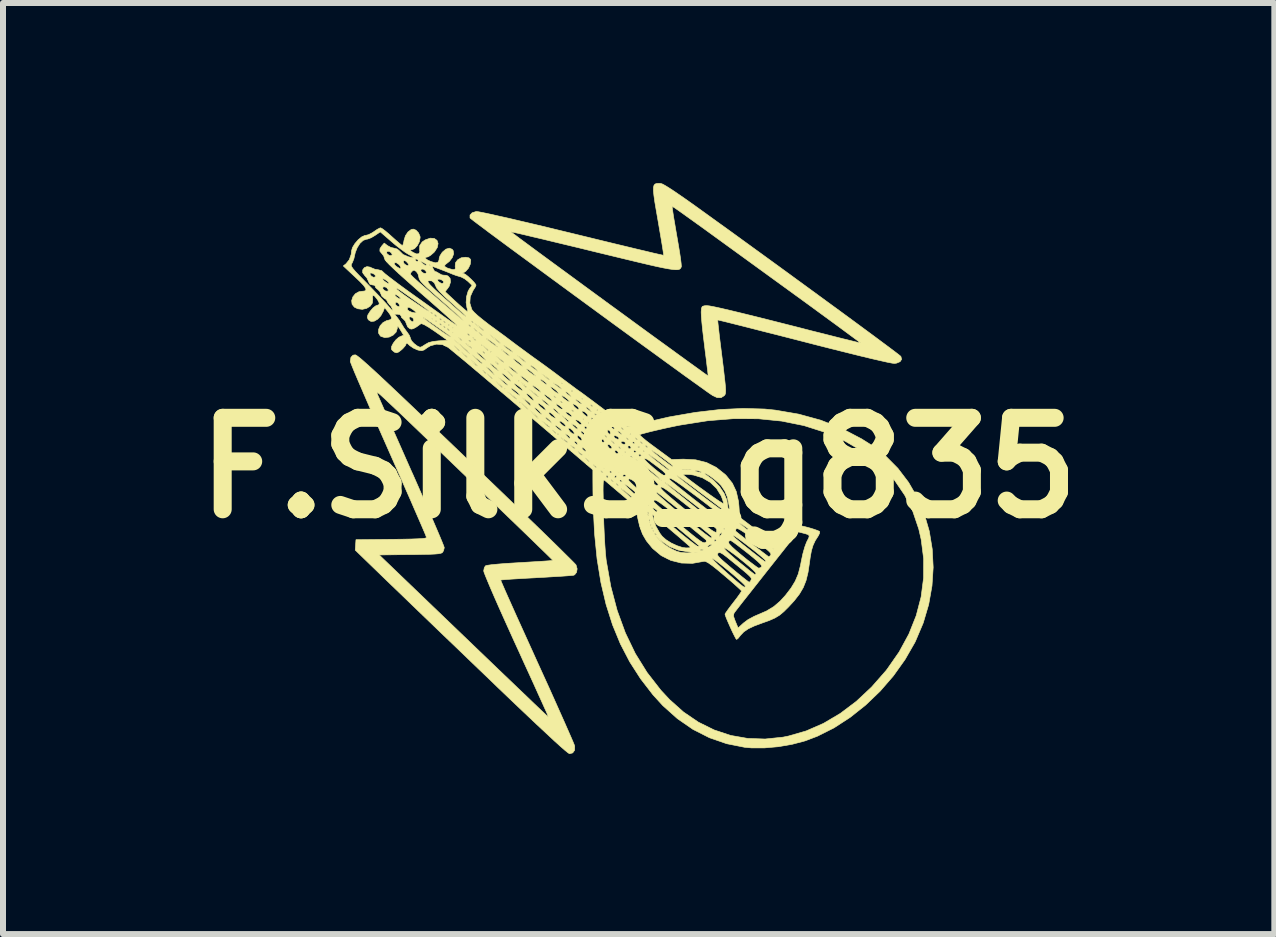
<source format=kicad_pcb>
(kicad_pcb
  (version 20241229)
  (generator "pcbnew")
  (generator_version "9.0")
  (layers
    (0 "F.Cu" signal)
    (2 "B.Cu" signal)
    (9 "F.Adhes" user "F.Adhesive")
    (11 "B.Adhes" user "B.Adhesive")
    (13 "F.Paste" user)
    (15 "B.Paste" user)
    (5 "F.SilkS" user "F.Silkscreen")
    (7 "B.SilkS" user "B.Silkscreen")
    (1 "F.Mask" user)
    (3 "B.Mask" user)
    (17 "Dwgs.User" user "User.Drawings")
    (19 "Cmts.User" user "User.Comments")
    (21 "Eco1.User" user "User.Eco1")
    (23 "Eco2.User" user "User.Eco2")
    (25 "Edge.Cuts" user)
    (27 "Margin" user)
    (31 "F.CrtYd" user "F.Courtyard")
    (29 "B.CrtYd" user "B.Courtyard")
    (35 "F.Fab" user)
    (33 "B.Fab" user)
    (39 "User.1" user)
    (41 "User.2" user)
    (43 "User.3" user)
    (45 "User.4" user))
  (footprint "F.SilkS_g835"
    (layer "F.Cu")
    (at 7.591 4.746)
    (property "Reference" "F.SilkS_g835" (at 0 0 0) (layer "F.SilkS") (effects (font (size 1.524 1.524) (thickness 0.3))))
    (attr through_hole)
    (fp_poly (pts (xy -4.709 -1.879) (xy -4.685 -1.863) (xy -4.65 -1.836) (xy -4.601 -1.795) (xy -4.538 -1.739) (xy -4.459 -1.668) (xy -4.362 -1.579) (xy -4.246 -1.471) (xy -4.109 -1.342) (xy -3.951 -1.193) (xy -3.769 -1.02) (xy -3.562 -0.823) (xy -3.329 -0.6) (xy -3.068 -0.35) (xy -2.869 -0.159) (xy -2.637 0.064) (xy -2.412 0.28) (xy -2.198 0.486) (xy -1.996 0.681) (xy -1.809 0.863) (xy -1.637 1.029) (xy -1.483 1.179) (xy -1.349 1.31) (xy -1.237 1.421) (xy -1.148 1.509) (xy -1.085 1.572) (xy -1.05 1.609) (xy -1.043 1.618) (xy -1.025 1.682) (xy -1.035 1.74) (xy -1.067 1.781) (xy -1.087 1.789) (xy -1.12 1.792) (xy -1.188 1.798) (xy -1.288 1.805) (xy -1.411 1.812) (xy -1.553 1.821) (xy -1.707 1.829) (xy -1.712 1.83) (xy -1.864 1.838) (xy -2.001 1.846) (xy -2.119 1.853) (xy -2.212 1.86) (xy -2.273 1.865) (xy -2.298 1.868) (xy -2.299 1.868) (xy -2.292 1.888) (xy -2.268 1.944) (xy -2.23 2.032) (xy -2.178 2.149) (xy -2.114 2.292) (xy -2.04 2.458) (xy -1.956 2.643) (xy -1.864 2.846) (xy -1.766 3.062) (xy -1.693 3.224) (xy -1.59 3.45) (xy -1.492 3.665) (xy -1.401 3.868) (xy -1.318 4.054) (xy -1.244 4.22) (xy -1.181 4.363) (xy -1.13 4.479) (xy -1.093 4.565) (xy -1.071 4.619) (xy -1.066 4.635) (xy -1.067 4.703) (xy -1.099 4.748) (xy -1.151 4.762) (xy -1.174 4.749) (xy -1.224 4.709) (xy -1.301 4.642) (xy -1.405 4.548) (xy -1.537 4.425) (xy -1.698 4.275) (xy -1.887 4.096) (xy -2.106 3.888) (xy -2.354 3.651) (xy -2.455 3.553) (xy -2.664 3.353) (xy -2.875 3.15) (xy -3.085 2.948) (xy -3.29 2.752) (xy -3.486 2.563) (xy -3.67 2.386) (xy -3.839 2.223) (xy -3.987 2.08) (xy -4.113 1.959) (xy -4.213 1.863) (xy -4.219 1.857) (xy -4.722 1.37) (xy -4.716 1.283) (xy -4.71 1.196) (xy -4.122 1.19) (xy -3.938 1.188) (xy -3.793 1.185) (xy -3.684 1.181) (xy -3.607 1.177) (xy -3.559 1.171) (xy -3.537 1.163) (xy -3.535 1.159) (xy -3.543 1.136) (xy -3.567 1.077) (xy -3.606 0.986) (xy -3.658 0.866) (xy -3.722 0.719) (xy -3.796 0.548) (xy -3.88 0.358) (xy -3.971 0.15) (xy -4.069 -0.071) (xy -4.17 -0.3) (xy -4.273 -0.533) (xy -4.371 -0.755) (xy -4.462 -0.963) (xy -4.545 -1.155) (xy -4.586 -1.25) (xy -4.359 -1.25) (xy -4.352 -1.227) (xy -4.342 -1.203) (xy -4.326 -1.168) (xy -4.295 -1.097) (xy -4.25 -0.995) (xy -4.193 -0.865) (xy -4.125 -0.711) (xy -4.048 -0.537) (xy -3.963 -0.345) (xy -3.873 -0.141) (xy -3.778 0.074) (xy -3.77 0.09) (xy -3.676 0.303) (xy -3.588 0.505) (xy -3.506 0.693) (xy -3.432 0.863) (xy -3.368 1.012) (xy -3.315 1.137) (xy -3.275 1.233) (xy -3.249 1.298) (xy -3.239 1.329) (xy -3.239 1.33) (xy -3.251 1.378) (xy -3.265 1.403) (xy -3.277 1.415) (xy -3.299 1.423) (xy -3.336 1.43) (xy -3.392 1.435) (xy -3.474 1.439) (xy -3.585 1.441) (xy -3.731 1.444) (xy -3.807 1.444) (xy -4.323 1.45) (xy -2.918 2.799) (xy -2.714 2.995) (xy -2.518 3.183) (xy -2.334 3.36) (xy -2.162 3.524) (xy -2.006 3.674) (xy -1.867 3.806) (xy -1.748 3.921) (xy -1.65 4.014) (xy -1.576 4.084) (xy -1.528 4.129) (xy -1.508 4.148) (xy -1.508 4.148) (xy -1.511 4.131) (xy -1.527 4.09) (xy -1.532 4.08) (xy -1.546 4.048) (xy -1.576 3.982) (xy -1.62 3.884) (xy -1.677 3.759) (xy -1.744 3.61) (xy -1.821 3.441) (xy -1.906 3.256) (xy -1.996 3.057) (xy -2.072 2.892) (xy -2.165 2.686) (xy -2.253 2.491) (xy -2.334 2.31) (xy -2.406 2.146) (xy -2.468 2.003) (xy -2.518 1.884) (xy -2.555 1.794) (xy -2.577 1.736) (xy -2.582 1.715) (xy -2.572 1.663) (xy -2.553 1.632) (xy -2.523 1.623) (xy -2.453 1.613) (xy -2.349 1.603) (xy -2.213 1.592) (xy -2.049 1.582) (xy -1.979 1.578) (xy -1.832 1.569) (xy -1.7 1.561) (xy -1.588 1.554) (xy -1.501 1.548) (xy -1.447 1.543) (xy -1.429 1.541) (xy -1.444 1.526) (xy -1.486 1.484) (xy -1.553 1.418) (xy -1.644 1.33) (xy -1.755 1.222) (xy -1.883 1.098) (xy -2.027 0.959) (xy -2.184 0.808) (xy -2.35 0.648) (xy -2.524 0.481) (xy -2.703 0.309) (xy -2.884 0.135) (xy -3.065 -0.039) (xy -3.243 -0.21) (xy -3.416 -0.376) (xy -3.581 -0.533) (xy -3.735 -0.681) (xy -3.876 -0.816) (xy -4.002 -0.936) (xy -4.11 -1.038) (xy -4.139 -1.065) (xy -4.23 -1.151) (xy -4.293 -1.209) (xy -4.334 -1.244) (xy -4.354 -1.257) (xy -4.359 -1.25) (xy -4.586 -1.25) (xy -4.619 -1.327) (xy -4.683 -1.475) (xy -4.735 -1.597) (xy -4.773 -1.69) (xy -4.797 -1.751) (xy -4.805 -1.775) (xy -4.794 -1.843) (xy -4.76 -1.878) (xy -4.723 -1.884) (xy -4.709 -1.879)) (stroke (width 0.01) (type solid)) (fill yes) (layer "F.SilkS"))
    (fp_poly (pts (xy 0.357 -4.74) (xy 0.372 -4.738) (xy 0.393 -4.731) (xy 0.422 -4.716) (xy 0.46 -4.694) (xy 0.51 -4.663) (xy 0.573 -4.622) (xy 0.652 -4.568) (xy 0.748 -4.502) (xy 0.863 -4.421) (xy 0.999 -4.324) (xy 1.157 -4.21) (xy 1.34 -4.078) (xy 1.55 -3.927) (xy 1.788 -3.754) (xy 2.057 -3.559) (xy 2.357 -3.341) (xy 2.39 -3.317) (xy 2.646 -3.13) (xy 2.893 -2.95) (xy 3.128 -2.778) (xy 3.35 -2.616) (xy 3.556 -2.465) (xy 3.743 -2.327) (xy 3.91 -2.204) (xy 4.055 -2.096) (xy 4.175 -2.007) (xy 4.268 -1.937) (xy 4.332 -1.888) (xy 4.365 -1.861) (xy 4.369 -1.857) (xy 4.381 -1.809) (xy 4.355 -1.77) (xy 4.298 -1.746) (xy 4.263 -1.741) (xy 4.225 -1.745) (xy 4.147 -1.76) (xy 4.031 -1.786) (xy 3.879 -1.821) (xy 3.692 -1.866) (xy 3.471 -1.921) (xy 3.218 -1.984) (xy 2.934 -2.056) (xy 2.752 -2.103) (xy 2.514 -2.164) (xy 2.288 -2.222) (xy 2.077 -2.275) (xy 1.886 -2.324) (xy 1.717 -2.367) (xy 1.573 -2.403) (xy 1.458 -2.432) (xy 1.375 -2.452) (xy 1.327 -2.463) (xy 1.317 -2.465) (xy 1.318 -2.444) (xy 1.324 -2.386) (xy 1.334 -2.297) (xy 1.347 -2.181) (xy 1.364 -2.045) (xy 1.383 -1.893) (xy 1.388 -1.853) (xy 1.41 -1.677) (xy 1.426 -1.538) (xy 1.438 -1.432) (xy 1.446 -1.353) (xy 1.449 -1.297) (xy 1.448 -1.258) (xy 1.444 -1.233) (xy 1.436 -1.216) (xy 1.427 -1.205) (xy 1.373 -1.17) (xy 1.306 -1.172) (xy 1.233 -1.206) (xy 1.197 -1.23) (xy 1.131 -1.276) (xy 1.038 -1.343) (xy 0.919 -1.428) (xy 0.778 -1.529) (xy 0.617 -1.646) (xy 0.439 -1.775) (xy 0.246 -1.916) (xy 0.04 -2.065) (xy -0.175 -2.222) (xy -0.396 -2.383) (xy -0.623 -2.549) (xy -0.851 -2.716) (xy -1.078 -2.882) (xy -1.303 -3.047) (xy -1.521 -3.207) (xy -1.73 -3.361) (xy -1.929 -3.507) (xy -2.114 -3.643) (xy -2.283 -3.768) (xy -2.433 -3.879) (xy -2.506 -3.933) (xy -2.127 -3.933) (xy -2.112 -3.92) (xy -2.064 -3.885) (xy -1.989 -3.828) (xy -1.887 -3.753) (xy -1.763 -3.661) (xy -1.619 -3.555) (xy -1.457 -3.436) (xy -1.281 -3.307) (xy -1.094 -3.17) (xy -0.898 -3.026) (xy -0.697 -2.879) (xy -0.492 -2.729) (xy -0.287 -2.58) (xy -0.085 -2.432) (xy 0.111 -2.289) (xy 0.299 -2.152) (xy 0.476 -2.024) (xy 0.638 -1.906) (xy 0.784 -1.8) (xy 0.91 -1.709) (xy 1.013 -1.635) (xy 1.09 -1.579) (xy 1.139 -1.545) (xy 1.157 -1.533) (xy 1.157 -1.533) (xy 1.156 -1.554) (xy 1.15 -1.611) (xy 1.139 -1.698) (xy 1.126 -1.809) (xy 1.109 -1.939) (xy 1.099 -2.022) (xy 1.081 -2.167) (xy 1.065 -2.303) (xy 1.053 -2.423) (xy 1.045 -2.52) (xy 1.042 -2.585) (xy 1.042 -2.603) (xy 1.047 -2.662) (xy 1.061 -2.691) (xy 1.094 -2.701) (xy 1.132 -2.704) (xy 1.174 -2.7) (xy 1.255 -2.685) (xy 1.375 -2.659) (xy 1.533 -2.622) (xy 1.728 -2.575) (xy 1.959 -2.518) (xy 2.226 -2.451) (xy 2.455 -2.393) (xy 2.676 -2.337) (xy 2.884 -2.283) (xy 3.077 -2.235) (xy 3.25 -2.191) (xy 3.4 -2.153) (xy 3.523 -2.123) (xy 3.616 -2.1) (xy 3.675 -2.086) (xy 3.697 -2.082) (xy 3.697 -2.082) (xy 3.681 -2.094) (xy 3.634 -2.13) (xy 3.557 -2.187) (xy 3.454 -2.263) (xy 3.327 -2.357) (xy 3.179 -2.465) (xy 3.012 -2.587) (xy 2.829 -2.721) (xy 2.632 -2.864) (xy 2.424 -3.015) (xy 2.377 -3.049) (xy 2.089 -3.258) (xy 1.833 -3.444) (xy 1.607 -3.608) (xy 1.41 -3.751) (xy 1.239 -3.875) (xy 1.093 -3.981) (xy 0.969 -4.07) (xy 0.866 -4.144) (xy 0.782 -4.204) (xy 0.715 -4.252) (xy 0.663 -4.289) (xy 0.624 -4.316) (xy 0.597 -4.335) (xy 0.578 -4.346) (xy 0.567 -4.353) (xy 0.561 -4.355) (xy 0.558 -4.354) (xy 0.56 -4.332) (xy 0.568 -4.274) (xy 0.581 -4.187) (xy 0.6 -4.075) (xy 0.622 -3.945) (xy 0.636 -3.864) (xy 0.66 -3.725) (xy 0.681 -3.599) (xy 0.697 -3.493) (xy 0.707 -3.412) (xy 0.711 -3.363) (xy 0.711 -3.352) (xy 0.703 -3.334) (xy 0.693 -3.32) (xy 0.677 -3.309) (xy 0.653 -3.303) (xy 0.617 -3.302) (xy 0.567 -3.306) (xy 0.5 -3.316) (xy 0.413 -3.332) (xy 0.303 -3.355) (xy 0.167 -3.386) (xy 0.002 -3.425) (xy -0.194 -3.472) (xy -0.425 -3.528) (xy -0.694 -3.593) (xy -0.76 -3.609) (xy -0.992 -3.666) (xy -1.213 -3.719) (xy -1.417 -3.768) (xy -1.602 -3.813) (xy -1.765 -3.851) (xy -1.902 -3.884) (xy -2.01 -3.909) (xy -2.084 -3.925) (xy -2.123 -3.933) (xy -2.127 -3.933) (xy -2.506 -3.933) (xy -2.561 -3.975) (xy -2.666 -4.053) (xy -2.744 -4.112) (xy -2.792 -4.15) (xy -2.81 -4.165) (xy -2.81 -4.213) (xy -2.774 -4.251) (xy -2.71 -4.271) (xy -2.704 -4.272) (xy -2.67 -4.268) (xy -2.596 -4.254) (xy -2.487 -4.231) (xy -2.344 -4.199) (xy -2.169 -4.16) (xy -1.965 -4.112) (xy -1.735 -4.058) (xy -1.481 -3.997) (xy -1.204 -3.93) (xy -1.109 -3.907) (xy -0.863 -3.847) (xy -0.629 -3.79) (xy -0.411 -3.737) (xy -0.211 -3.689) (xy -0.033 -3.646) (xy 0.12 -3.61) (xy 0.244 -3.58) (xy 0.337 -3.559) (xy 0.396 -3.546) (xy 0.416 -3.542) (xy 0.414 -3.564) (xy 0.406 -3.621) (xy 0.392 -3.71) (xy 0.373 -3.824) (xy 0.35 -3.958) (xy 0.325 -4.106) (xy 0.324 -4.111) (xy 0.293 -4.29) (xy 0.269 -4.431) (xy 0.254 -4.539) (xy 0.246 -4.619) (xy 0.247 -4.674) (xy 0.256 -4.71) (xy 0.274 -4.73) (xy 0.301 -4.739) (xy 0.337 -4.741) (xy 0.357 -4.74)) (stroke (width 0.01) (type solid)) (fill yes) (layer "F.SilkS"))
    (fp_poly (pts (xy -4.274 -3.987) (xy -4.224 -3.95) (xy -4.16 -3.896) (xy -4.111 -3.852) (xy -4.043 -3.791) (xy -3.986 -3.742) (xy -3.948 -3.711) (xy -3.936 -3.704) (xy -3.925 -3.723) (xy -3.913 -3.77) (xy -3.909 -3.794) (xy -3.886 -3.868) (xy -3.844 -3.931) (xy -3.791 -3.971) (xy -3.756 -3.979) (xy -3.71 -3.961) (xy -3.668 -3.916) (xy -3.643 -3.859) (xy -3.641 -3.836) (xy -3.654 -3.769) (xy -3.688 -3.704) (xy -3.733 -3.655) (xy -3.771 -3.637) (xy -3.802 -3.631) (xy -3.801 -3.62) (xy -3.767 -3.596) (xy -3.76 -3.591) (xy -3.701 -3.565) (xy -3.661 -3.569) (xy -3.646 -3.603) (xy -3.65 -3.631) (xy -3.648 -3.703) (xy -3.607 -3.765) (xy -3.556 -3.799) (xy -3.472 -3.828) (xy -3.405 -3.823) (xy -3.36 -3.791) (xy -3.342 -3.739) (xy -3.355 -3.673) (xy -3.402 -3.6) (xy -3.416 -3.586) (xy -3.466 -3.543) (xy -3.508 -3.517) (xy -3.522 -3.514) (xy -3.554 -3.507) (xy -3.55 -3.488) (xy -3.514 -3.462) (xy -3.459 -3.438) (xy -3.388 -3.417) (xy -3.346 -3.425) (xy -3.326 -3.462) (xy -3.323 -3.496) (xy -3.31 -3.534) (xy -3.278 -3.585) (xy -3.268 -3.597) (xy -3.211 -3.645) (xy -3.155 -3.661) (xy -3.108 -3.643) (xy -3.09 -3.62) (xy -3.083 -3.566) (xy -3.106 -3.503) (xy -3.152 -3.443) (xy -3.186 -3.416) (xy -3.229 -3.382) (xy -3.231 -3.356) (xy -3.194 -3.333) (xy -3.172 -3.325) (xy -3.102 -3.305) (xy -3.064 -3.305) (xy -3.053 -3.328) (xy -3.057 -3.355) (xy -3.053 -3.416) (xy -3.016 -3.467) (xy -2.956 -3.501) (xy -2.884 -3.51) (xy -2.828 -3.5) (xy -2.803 -3.477) (xy -2.798 -3.457) (xy -2.805 -3.395) (xy -2.836 -3.328) (xy -2.881 -3.276) (xy -2.906 -3.26) (xy -2.934 -3.246) (xy -2.922 -3.24) (xy -2.917 -3.24) (xy -2.887 -3.225) (xy -2.841 -3.189) (xy -2.79 -3.142) (xy -2.744 -3.095) (xy -2.715 -3.057) (xy -2.71 -3.044) (xy -2.72 -3.018) (xy -2.748 -2.973) (xy -2.762 -2.951) (xy -2.806 -2.852) (xy -2.813 -2.747) (xy -2.782 -2.646) (xy -2.774 -2.631) (xy -2.742 -2.594) (xy -2.683 -2.539) (xy -2.604 -2.474) (xy -2.513 -2.403) (xy -2.483 -2.38) (xy -2.389 -2.312) (xy -2.304 -2.249) (xy -2.234 -2.198) (xy -2.189 -2.164) (xy -2.18 -2.157) (xy -2.116 -2.109) (xy -2.031 -2.045) (xy -1.934 -1.974) (xy -1.835 -1.901) (xy -1.743 -1.834) (xy -1.667 -1.78) (xy -1.62 -1.746) (xy -1.57 -1.71) (xy -1.495 -1.655) (xy -1.404 -1.588) (xy -1.307 -1.515) (xy -1.277 -1.492) (xy -1.186 -1.424) (xy -1.104 -1.363) (xy -1.04 -1.315) (xy -1 -1.286) (xy -0.992 -1.281) (xy -0.962 -1.26) (xy -0.906 -1.219) (xy -0.835 -1.166) (xy -0.775 -1.122) (xy -0.677 -1.048) (xy -0.562 -0.962) (xy -0.449 -0.877) (xy -0.39 -0.833) (xy -0.189 -0.682) (xy 0.048 -0.743) (xy 0.507 -0.849) (xy 0.943 -0.925) (xy 1.355 -0.973) (xy 1.741 -0.991) (xy 2.1 -0.981) (xy 2.276 -0.963) (xy 2.666 -0.896) (xy 3.034 -0.795) (xy 3.382 -0.658) (xy 3.714 -0.484) (xy 3.873 -0.384) (xy 4.111 -0.203) (xy 4.319 0.007) (xy 4.497 0.241) (xy 4.644 0.495) (xy 4.759 0.768) (xy 4.842 1.054) (xy 4.891 1.352) (xy 4.907 1.657) (xy 4.887 1.966) (xy 4.832 2.276) (xy 4.741 2.583) (xy 4.613 2.885) (xy 4.602 2.908) (xy 4.438 3.193) (xy 4.244 3.465) (xy 4.024 3.719) (xy 3.782 3.951) (xy 3.524 4.156) (xy 3.255 4.331) (xy 2.978 4.47) (xy 2.773 4.548) (xy 2.557 4.605) (xy 2.327 4.645) (xy 2.096 4.665) (xy 1.879 4.665) (xy 1.767 4.655) (xy 1.466 4.595) (xy 1.178 4.495) (xy 0.904 4.356) (xy 0.646 4.178) (xy 0.404 3.962) (xy 0.238 3.78) (xy 0.032 3.513) (xy -0.149 3.231) (xy -0.304 2.933) (xy -0.435 2.615) (xy -0.543 2.275) (xy -0.629 1.91) (xy -0.693 1.517) (xy -0.735 1.093) (xy -0.758 0.636) (xy -0.762 0.37) (xy -0.593 0.37) (xy -0.591 0.476) (xy -0.589 0.617) (xy -0.586 0.741) (xy -0.581 0.926) (xy -0.573 1.106) (xy -0.564 1.27) (xy -0.554 1.412) (xy -0.543 1.522) (xy -0.54 1.545) (xy -0.464 1.976) (xy -0.358 2.376) (xy -0.222 2.748) (xy -0.056 3.093) (xy 0.141 3.41) (xy 0.369 3.703) (xy 0.515 3.86) (xy 0.747 4.067) (xy 0.995 4.236) (xy 1.258 4.366) (xy 1.532 4.457) (xy 1.816 4.507) (xy 2.107 4.517) (xy 2.405 4.486) (xy 2.498 4.467) (xy 2.792 4.382) (xy 3.08 4.256) (xy 3.359 4.091) (xy 3.627 3.889) (xy 3.881 3.651) (xy 4.119 3.38) (xy 4.14 3.353) (xy 4.34 3.066) (xy 4.502 2.768) (xy 4.624 2.462) (xy 4.706 2.149) (xy 4.747 1.832) (xy 4.748 1.512) (xy 4.707 1.193) (xy 4.667 1.018) (xy 4.568 0.726) (xy 4.433 0.455) (xy 4.265 0.208) (xy 4.066 -0.013) (xy 3.836 -0.205) (xy 3.757 -0.26) (xy 3.44 -0.445) (xy 3.106 -0.593) (xy 2.754 -0.705) (xy 2.384 -0.78) (xy 1.995 -0.819) (xy 1.586 -0.821) (xy 1.156 -0.787) (xy 0.706 -0.716) (xy 0.656 -0.707) (xy 0.541 -0.683) (xy 0.421 -0.657) (xy 0.304 -0.63) (xy 0.198 -0.605) (xy 0.11 -0.582) (xy 0.047 -0.565) (xy 0.018 -0.554) (xy 0.017 -0.553) (xy 0.028 -0.537) (xy 0.069 -0.5) (xy 0.132 -0.448) (xy 0.215 -0.385) (xy 0.276 -0.34) (xy 0.548 -0.14) (xy 0.746 -0.146) (xy 0.949 -0.135) (xy 1.13 -0.09) (xy 1.292 -0.009) (xy 1.441 0.109) (xy 1.464 0.133) (xy 1.561 0.255) (xy 1.626 0.393) (xy 1.663 0.556) (xy 1.671 0.639) (xy 1.683 0.823) (xy 1.968 1.038) (xy 2.066 1.11) (xy 2.153 1.175) (xy 2.224 1.226) (xy 2.273 1.261) (xy 2.29 1.272) (xy 2.312 1.275) (xy 2.34 1.259) (xy 2.38 1.22) (xy 2.438 1.152) (xy 2.458 1.127) (xy 2.517 1.056) (xy 2.566 0.998) (xy 2.599 0.96) (xy 2.61 0.95) (xy 2.636 0.95) (xy 2.692 0.961) (xy 2.766 0.978) (xy 2.846 0.999) (xy 2.921 1.022) (xy 2.98 1.043) (xy 3.013 1.058) (xy 3.014 1.059) (xy 3.015 1.086) (xy 2.994 1.13) (xy 2.99 1.136) (xy 2.941 1.213) (xy 2.905 1.291) (xy 2.878 1.38) (xy 2.858 1.492) (xy 2.847 1.573) (xy 2.822 1.74) (xy 2.789 1.876) (xy 2.743 1.992) (xy 2.679 2.101) (xy 2.592 2.213) (xy 2.5 2.313) (xy 2.419 2.394) (xy 2.347 2.454) (xy 2.269 2.501) (xy 2.174 2.543) (xy 2.064 2.582) (xy 1.927 2.633) (xy 1.825 2.681) (xy 1.751 2.732) (xy 1.697 2.789) (xy 1.692 2.795) (xy 1.659 2.837) (xy 1.634 2.857) (xy 1.631 2.857) (xy 1.617 2.84) (xy 1.592 2.792) (xy 1.559 2.725) (xy 1.524 2.648) (xy 1.49 2.571) (xy 1.461 2.503) (xy 1.443 2.454) (xy 1.44 2.44) (xy 1.581 2.44) (xy 1.582 2.476) (xy 1.601 2.531) (xy 1.612 2.559) (xy 1.657 2.667) (xy 1.745 2.586) (xy 1.822 2.528) (xy 1.922 2.474) (xy 1.982 2.448) (xy 2.132 2.383) (xy 2.252 2.31) (xy 2.358 2.219) (xy 2.445 2.124) (xy 2.54 2) (xy 2.609 1.886) (xy 2.659 1.768) (xy 2.695 1.629) (xy 2.71 1.55) (xy 2.736 1.429) (xy 2.767 1.319) (xy 2.798 1.236) (xy 2.804 1.225) (xy 2.834 1.166) (xy 2.842 1.132) (xy 2.823 1.111) (xy 2.771 1.094) (xy 2.73 1.084) (xy 2.656 1.065) (xy 2.14 1.717) (xy 2.025 1.863) (xy 1.918 1.999) (xy 1.821 2.122) (xy 1.737 2.228) (xy 1.67 2.314) (xy 1.623 2.375) (xy 1.598 2.407) (xy 1.595 2.411) (xy 1.581 2.44) (xy 1.44 2.44) (xy 1.439 2.436) (xy 1.452 2.414) (xy 1.485 2.366) (xy 1.534 2.3) (xy 1.577 2.244) (xy 1.634 2.17) (xy 1.679 2.108) (xy 1.707 2.066) (xy 1.714 2.051) (xy 1.699 2.033) (xy 1.656 1.993) (xy 1.591 1.934) (xy 1.509 1.863) (xy 1.423 1.79) (xy 1.311 1.696) (xy 1.225 1.628) (xy 1.163 1.584) (xy 1.12 1.561) (xy 1.093 1.555) (xy 1.09 1.556) (xy 0.897 1.59) (xy 0.711 1.585) (xy 0.536 1.541) (xy 0.469 1.508) (xy 1.224 1.508) (xy 1.233 1.523) (xy 1.267 1.559) (xy 1.322 1.613) (xy 1.391 1.677) (xy 1.468 1.747) (xy 1.547 1.816) (xy 1.622 1.881) (xy 1.687 1.935) (xy 1.735 1.972) (xy 1.761 1.988) (xy 1.762 1.988) (xy 1.778 1.974) (xy 1.778 1.97) (xy 1.763 1.949) (xy 1.72 1.907) (xy 1.658 1.851) (xy 1.583 1.785) (xy 1.501 1.716) (xy 1.419 1.649) (xy 1.344 1.589) (xy 1.282 1.542) (xy 1.239 1.513) (xy 1.224 1.508) (xy 0.469 1.508) (xy 0.376 1.461) (xy 0.346 1.436) (xy 1.312 1.436) (xy 1.316 1.455) (xy 1.336 1.482) (xy 1.377 1.523) (xy 1.442 1.58) (xy 1.535 1.659) (xy 1.559 1.679) (xy 1.649 1.754) (xy 1.729 1.819) (xy 1.791 1.868) (xy 1.831 1.898) (xy 1.843 1.905) (xy 1.862 1.888) (xy 1.872 1.868) (xy 1.877 1.854) (xy 1.876 1.839) (xy 1.865 1.821) (xy 1.84 1.795) (xy 1.798 1.756) (xy 1.734 1.702) (xy 1.645 1.629) (xy 1.549 1.551) (xy 1.465 1.483) (xy 1.407 1.439) (xy 1.368 1.416) (xy 1.343 1.41) (xy 1.325 1.418) (xy 1.321 1.422) (xy 1.312 1.436) (xy 0.346 1.436) (xy 0.235 1.344) (xy 0.219 1.326) (xy 0.129 1.215) (xy 0.082 1.134) (xy 0.286 1.134) (xy 0.359 1.213) (xy 0.42 1.267) (xy 0.499 1.322) (xy 0.559 1.355) (xy 0.637 1.391) (xy 0.705 1.409) (xy 0.783 1.415) (xy 0.834 1.415) (xy 0.984 1.412) (xy 0.826 1.398) (xy 0.67 1.371) (xy 1.025 1.371) (xy 1.046 1.374) (xy 1.073 1.37) (xy 1.074 1.363) (xy 1.045 1.358) (xy 1.033 1.361) (xy 1.025 1.371) (xy 0.67 1.371) (xy 0.658 1.369) (xy 0.514 1.311) (xy 0.384 1.22) (xy 0.378 1.215) (xy 0.286 1.134) (xy 0.082 1.134) (xy 0.064 1.101) (xy 0.058 1.086) (xy 0.257 1.086) (xy 0.263 1.097) (xy 0.284 1.12) (xy 0.296 1.115) (xy 0.296 1.112) (xy 0.281 1.095) (xy 0.272 1.088) (xy 0.257 1.086) (xy 0.058 1.086) (xy 0.044 1.048) (xy 0.233 1.048) (xy 0.243 1.058) (xy 0.254 1.048) (xy 0.243 1.037) (xy 0.233 1.048) (xy 0.044 1.048) (xy 0.028 1.005) (xy 0.212 1.005) (xy 0.222 1.016) (xy 0.233 1.005) (xy 0.222 0.995) (xy 0.212 1.005) (xy 0.028 1.005) (xy 0.016 0.971) (xy 0.012 0.953) (xy 0.191 0.953) (xy 0.198 0.97) (xy 0.205 0.967) (xy 0.207 0.941) (xy 0.205 0.938) (xy 0.192 0.941) (xy 0.191 0.953) (xy 0.012 0.953) (xy -0.006 0.877) (xy 0.171 0.877) (xy 0.175 0.904) (xy 0.182 0.904) (xy 0.187 0.876) (xy 0.184 0.864) (xy 0.174 0.856) (xy 0.171 0.877) (xy -0.006 0.877) (xy -0.017 0.829) (xy -0.03 0.762) (xy 0.152 0.762) (xy 0.155 0.792) (xy 0.162 0.788) (xy 0.163 0.773) (xy 0.228 0.773) (xy 0.244 0.847) (xy 0.285 0.968) (xy 0.353 1.088) (xy 0.391 1.139) (xy 0.455 1.196) (xy 0.542 1.251) (xy 0.639 1.296) (xy 0.731 1.326) (xy 0.787 1.333) (xy 0.838 1.332) (xy 0.843 1.331) (xy 1.422 1.331) (xy 1.43 1.349) (xy 1.466 1.388) (xy 1.528 1.446) (xy 1.612 1.519) (xy 1.664 1.562) (xy 1.754 1.634) (xy 1.831 1.697) (xy 1.891 1.744) (xy 1.928 1.772) (xy 1.937 1.778) (xy 1.954 1.763) (xy 1.956 1.759) (xy 1.945 1.74) (xy 1.907 1.7) (xy 1.848 1.647) (xy 1.775 1.585) (xy 1.695 1.52) (xy 1.614 1.456) (xy 1.539 1.401) (xy 1.478 1.358) (xy 1.436 1.334) (xy 1.422 1.331) (xy 0.843 1.331) (xy 0.866 1.327) (xy 0.868 1.326) (xy 0.857 1.315) (xy 1.143 1.315) (xy 1.158 1.32) (xy 1.184 1.308) (xy 1.214 1.286) (xy 1.219 1.276) (xy 1.195 1.276) (xy 1.162 1.292) (xy 1.143 1.313) (xy 1.143 1.315) (xy 0.857 1.315) (xy 0.853 1.31) (xy 0.81 1.272) (xy 0.746 1.216) (xy 0.665 1.146) (xy 0.598 1.089) (xy 0.504 1.009) (xy 0.418 0.936) (xy 0.346 0.875) (xy 0.296 0.832) (xy 0.278 0.816) (xy 0.228 0.773) (xy 0.163 0.773) (xy 0.165 0.745) (xy 0.162 0.736) (xy 0.154 0.733) (xy 0.152 0.762) (xy -0.03 0.762) (xy -0.047 0.672) (xy 0.233 0.672) (xy 0.248 0.693) (xy 0.291 0.735) (xy 0.356 0.795) (xy 0.437 0.866) (xy 0.529 0.945) (xy 0.626 1.027) (xy 0.721 1.106) (xy 0.811 1.179) (xy 0.889 1.24) (xy 0.949 1.285) (xy 0.985 1.31) (xy 0.993 1.312) (xy 1.011 1.304) (xy 1.004 1.295) (xy 0.975 1.27) (xy 0.92 1.224) (xy 0.846 1.161) (xy 0.759 1.088) (xy 0.663 1.008) (xy 0.567 0.927) (xy 0.474 0.85) (xy 0.392 0.781) (xy 0.327 0.727) (xy 0.284 0.691) (xy 0.27 0.68) (xy 0.241 0.665) (xy 0.233 0.672) (xy -0.047 0.672) (xy -0.053 0.641) (xy -0.286 0.444) (xy -0.373 0.371) (xy -0.405 0.343) (xy -0.296 0.343) (xy -0.294 0.346) (xy -0.269 0.371) (xy -0.222 0.412) (xy -0.163 0.464) (xy -0.099 0.519) (xy -0.038 0.57) (xy 0.01 0.61) (xy 0.039 0.632) (xy 0.042 0.634) (xy 0.033 0.62) (xy 0.027 0.614) (xy 0.148 0.614) (xy 0.156 0.631) (xy 0.162 0.628) (xy 0.165 0.603) (xy 0.162 0.6) (xy 0.15 0.603) (xy 0.148 0.614) (xy 0.027 0.614) (xy -0.001 0.586) (xy -0.03 0.558) (xy 0.253 0.558) (xy 0.254 0.566) (xy 0.271 0.583) (xy 0.315 0.624) (xy 0.383 0.684) (xy 0.471 0.76) (xy 0.573 0.848) (xy 0.663 0.924) (xy 0.791 1.031) (xy 0.891 1.113) (xy 0.967 1.173) (xy 1.023 1.214) (xy 1.062 1.238) (xy 1.088 1.247) (xy 1.106 1.246) (xy 1.108 1.245) (xy 1.118 1.237) (xy 1.496 1.237) (xy 1.507 1.264) (xy 1.554 1.315) (xy 1.636 1.389) (xy 1.732 1.468) (xy 1.819 1.539) (xy 1.897 1.598) (xy 1.957 1.643) (xy 1.994 1.667) (xy 2.001 1.671) (xy 2.035 1.659) (xy 2.048 1.648) (xy 2.049 1.631) (xy 2.029 1.602) (xy 1.983 1.558) (xy 1.909 1.495) (xy 1.81 1.415) (xy 1.719 1.344) (xy 1.639 1.283) (xy 1.577 1.237) (xy 1.537 1.211) (xy 1.527 1.206) (xy 1.503 1.223) (xy 1.496 1.237) (xy 1.118 1.237) (xy 1.135 1.224) (xy 1.126 1.206) (xy 1.259 1.206) (xy 1.261 1.226) (xy 1.269 1.228) (xy 1.29 1.212) (xy 1.291 1.206) (xy 1.284 1.186) (xy 1.282 1.185) (xy 1.264 1.2) (xy 1.259 1.206) (xy 1.126 1.206) (xy 1.124 1.202) (xy 1.119 1.197) (xy 1.095 1.177) (xy 1.043 1.134) (xy 0.968 1.072) (xy 0.875 0.995) (xy 0.768 0.907) (xy 0.679 0.834) (xy 0.545 0.726) (xy 0.441 0.644) (xy 0.363 0.586) (xy 0.308 0.55) (xy 0.273 0.535) (xy 0.256 0.538) (xy 0.253 0.558) (xy -0.03 0.558) (xy -0.052 0.537) (xy -0.064 0.526) (xy -0.117 0.479) (xy -0.174 0.431) (xy -0.227 0.388) (xy -0.27 0.356) (xy -0.295 0.339) (xy -0.296 0.343) (xy -0.405 0.343) (xy -0.451 0.305) (xy -0.503 0.26) (xy -0.378 0.26) (xy -0.372 0.272) (xy -0.351 0.295) (xy -0.339 0.29) (xy -0.339 0.287) (xy -0.354 0.269) (xy -0.354 0.269) (xy -0.233 0.269) (xy -0.219 0.292) (xy -0.18 0.333) (xy -0.125 0.385) (xy -0.064 0.441) (xy -0.004 0.492) (xy 0.046 0.531) (xy 0.076 0.549) (xy 0.079 0.55) (xy 0.104 0.546) (xy 0.106 0.543) (xy 0.091 0.526) (xy 0.052 0.491) (xy -0.003 0.444) (xy -0.066 0.393) (xy -0.128 0.343) (xy -0.182 0.302) (xy -0.22 0.275) (xy -0.233 0.269) (xy -0.354 0.269) (xy -0.363 0.263) (xy -0.378 0.26) (xy -0.503 0.26) (xy -0.513 0.252) (xy -0.552 0.219) (xy -0.558 0.214) (xy -0.57 0.205) (xy -0.579 0.204) (xy -0.586 0.216) (xy -0.59 0.244) (xy -0.592 0.294) (xy -0.593 0.37) (xy -0.762 0.37) (xy -0.762 0.339) (xy -0.763 0.197) (xy -0.462 0.197) (xy -0.457 0.208) (xy -0.436 0.231) (xy -0.424 0.226) (xy -0.423 0.223) (xy -0.434 0.21) (xy -0.318 0.21) (xy -0.302 0.232) (xy -0.296 0.233) (xy -0.276 0.226) (xy -0.275 0.223) (xy -0.29 0.205) (xy -0.296 0.201) (xy -0.316 0.203) (xy -0.318 0.21) (xy -0.434 0.21) (xy -0.438 0.206) (xy -0.448 0.199) (xy -0.45 0.199) (xy -0.172 0.199) (xy -0.158 0.219) (xy -0.12 0.258) (xy -0.065 0.309) (xy -0.003 0.364) (xy 0.058 0.417) (xy 0.109 0.459) (xy 0.144 0.483) (xy 0.151 0.486) (xy 0.17 0.47) (xy 0.176 0.459) (xy 0.165 0.432) (xy 0.139 0.403) (xy 0.297 0.403) (xy 0.299 0.42) (xy 0.317 0.441) (xy 0.363 0.484) (xy 0.431 0.544) (xy 0.516 0.617) (xy 0.613 0.699) (xy 0.717 0.785) (xy 0.823 0.872) (xy 0.926 0.955) (xy 1.02 1.03) (xy 1.101 1.094) (xy 1.164 1.14) (xy 1.202 1.167) (xy 1.212 1.171) (xy 1.219 1.148) (xy 1.216 1.141) (xy 1.214 1.139) (xy 1.34 1.139) (xy 1.342 1.143) (xy 1.358 1.13) (xy 1.572 1.13) (xy 1.598 1.16) (xy 1.625 1.184) (xy 1.677 1.227) (xy 1.744 1.282) (xy 1.822 1.344) (xy 1.903 1.408) (xy 1.979 1.467) (xy 2.043 1.517) (xy 2.09 1.552) (xy 2.111 1.566) (xy 2.111 1.566) (xy 2.117 1.55) (xy 2.117 1.547) (xy 2.101 1.527) (xy 2.057 1.488) (xy 1.991 1.432) (xy 1.909 1.366) (xy 1.862 1.33) (xy 1.749 1.243) (xy 1.662 1.179) (xy 1.603 1.138) (xy 1.572 1.122) (xy 1.572 1.13) (xy 1.358 1.13) (xy 1.36 1.129) (xy 1.376 1.111) (xy 1.389 1.085) (xy 1.381 1.079) (xy 1.355 1.096) (xy 1.347 1.111) (xy 1.34 1.139) (xy 1.214 1.139) (xy 1.197 1.124) (xy 1.151 1.085) (xy 1.082 1.028) (xy 0.995 0.956) (xy 0.895 0.875) (xy 0.788 0.788) (xy 0.678 0.7) (xy 0.571 0.614) (xy 0.471 0.535) (xy 0.385 0.466) (xy 0.319 0.415) (xy 0.297 0.403) (xy 0.139 0.403) (xy 0.124 0.386) (xy 0.056 0.326) (xy 0.03 0.305) (xy -0.055 0.238) (xy -0.114 0.198) (xy -0.15 0.182) (xy -0.168 0.188) (xy -0.172 0.199) (xy -0.45 0.199) (xy -0.462 0.197) (xy -0.763 0.197) (xy -0.763 0.14) (xy -0.543 0.14) (xy -0.54 0.148) (xy -0.521 0.168) (xy -0.517 0.169) (xy -0.508 0.153) (xy -0.508 0.148) (xy -0.402 0.148) (xy -0.395 0.169) (xy -0.393 0.169) (xy -0.375 0.155) (xy -0.37 0.148) (xy -0.372 0.129) (xy -0.38 0.127) (xy -0.265 0.127) (xy -0.26 0.145) (xy -0.245 0.148) (xy -0.216 0.137) (xy -0.212 0.127) (xy -0.227 0.106) (xy -0.232 0.106) (xy -0.26 0.121) (xy -0.265 0.127) (xy -0.38 0.127) (xy -0.401 0.142) (xy -0.402 0.148) (xy -0.508 0.148) (xy -0.524 0.128) (xy -0.53 0.127) (xy -0.543 0.14) (xy -0.763 0.14) (xy -0.763 0.094) (xy -0.101 0.094) (xy -0.094 0.113) (xy -0.063 0.144) (xy -0.061 0.146) (xy -0.018 0.18) (xy 0.043 0.23) (xy 0.106 0.283) (xy 0.178 0.34) (xy 0.227 0.373) (xy 0.249 0.38) (xy 0.243 0.36) (xy 0.243 0.358) (xy 0.219 0.333) (xy 0.207 0.322) (xy 0.364 0.322) (xy 0.369 0.339) (xy 0.401 0.376) (xy 0.462 0.433) (xy 0.553 0.511) (xy 0.675 0.613) (xy 0.81 0.722) (xy 0.95 0.835) (xy 1.061 0.922) (xy 1.146 0.987) (xy 1.208 1.032) (xy 1.252 1.06) (xy 1.279 1.072) (xy 1.294 1.071) (xy 1.298 1.067) (xy 1.3 1.044) (xy 1.613 1.044) (xy 1.62 1.057) (xy 1.644 1.076) (xy 1.692 1.115) (xy 1.759 1.167) (xy 1.837 1.229) (xy 1.92 1.293) (xy 2.001 1.355) (xy 2.073 1.41) (xy 2.13 1.453) (xy 2.163 1.478) (xy 2.17 1.482) (xy 2.186 1.468) (xy 2.2 1.451) (xy 2.204 1.436) (xy 2.193 1.414) (xy 2.162 1.382) (xy 2.107 1.335) (xy 2.024 1.27) (xy 1.937 1.205) (xy 1.825 1.121) (xy 1.741 1.063) (xy 1.683 1.027) (xy 1.646 1.01) (xy 1.626 1.012) (xy 1.625 1.013) (xy 1.613 1.044) (xy 1.3 1.044) (xy 1.302 1.025) (xy 1.295 1.016) (xy 1.418 1.016) (xy 1.426 1.033) (xy 1.432 1.03) (xy 1.435 1.005) (xy 1.432 1.002) (xy 1.42 1.005) (xy 1.418 1.016) (xy 1.295 1.016) (xy 1.288 1.007) (xy 1.261 0.984) (xy 1.206 0.94) (xy 1.12 0.872) (xy 1.003 0.781) (xy 0.855 0.665) (xy 0.675 0.524) (xy 0.579 0.45) (xy 0.485 0.38) (xy 0.419 0.336) (xy 0.379 0.319) (xy 0.364 0.322) (xy 0.207 0.322) (xy 0.172 0.292) (xy 0.112 0.243) (xy 0.046 0.192) (xy -0.016 0.146) (xy -0.067 0.111) (xy -0.097 0.094) (xy -0.101 0.094) (xy -0.763 0.094) (xy -0.763 0.048) (xy -0.632 0.048) (xy -0.626 0.06) (xy -0.605 0.083) (xy -0.593 0.078) (xy -0.593 0.075) (xy -0.604 0.062) (xy -0.487 0.062) (xy -0.471 0.084) (xy -0.466 0.085) (xy -0.445 0.077) (xy -0.445 0.075) (xy -0.452 0.066) (xy -0.339 0.066) (xy -0.326 0.077) (xy -0.318 0.074) (xy -0.297 0.046) (xy -0.296 0.04) (xy -0.303 0.034) (xy -0.183 0.034) (xy -0.18 0.042) (xy -0.161 0.063) (xy -0.158 0.064) (xy -0.148 0.047) (xy -0.148 0.042) (xy -0.164 0.022) (xy -0.171 0.021) (xy -0.183 0.034) (xy -0.303 0.034) (xy -0.309 0.028) (xy -0.318 0.032) (xy -0.338 0.06) (xy -0.339 0.066) (xy -0.452 0.066) (xy -0.459 0.057) (xy -0.466 0.053) (xy -0.485 0.055) (xy -0.487 0.062) (xy -0.604 0.062) (xy -0.608 0.057) (xy -0.617 0.051) (xy -0.632 0.048) (xy -0.763 0.048) (xy -0.763 0.032) (xy -0.783 0.015) (xy -0.039 0.015) (xy -0.037 0.029) (xy -0.021 0.048) (xy 0.013 0.079) (xy 0.072 0.127) (xy 0.137 0.179) (xy 0.214 0.239) (xy 0.264 0.275) (xy 0.296 0.292) (xy 0.314 0.291) (xy 0.326 0.278) (xy 0.315 0.258) (xy 0.296 0.239) (xy 0.432 0.239) (xy 0.446 0.253) (xy 0.488 0.289) (xy 0.554 0.343) (xy 0.637 0.411) (xy 0.733 0.488) (xy 0.837 0.572) (xy 0.943 0.657) (xy 1.047 0.74) (xy 1.143 0.816) (xy 1.227 0.881) (xy 1.293 0.932) (xy 1.335 0.964) (xy 1.349 0.973) (xy 1.355 0.958) (xy 1.355 0.955) (xy 1.339 0.938) (xy 1.321 0.923) (xy 1.453 0.923) (xy 1.462 0.931) (xy 1.478 0.914) (xy 1.478 0.914) (xy 1.67 0.914) (xy 1.672 0.916) (xy 1.703 0.944) (xy 1.757 0.988) (xy 1.83 1.045) (xy 1.913 1.109) (xy 2 1.175) (xy 2.084 1.237) (xy 2.158 1.291) (xy 2.215 1.331) (xy 2.248 1.351) (xy 2.253 1.353) (xy 2.261 1.345) (xy 2.253 1.337) (xy 2.21 1.3) (xy 2.149 1.252) (xy 2.074 1.195) (xy 1.992 1.134) (xy 1.909 1.073) (xy 1.83 1.017) (xy 1.761 0.968) (xy 1.707 0.932) (xy 1.675 0.912) (xy 1.67 0.914) (xy 1.478 0.914) (xy 1.482 0.889) (xy 1.478 0.855) (xy 1.474 0.847) (xy 1.462 0.864) (xy 1.454 0.889) (xy 1.453 0.923) (xy 1.321 0.923) (xy 1.295 0.9) (xy 1.227 0.845) (xy 1.142 0.776) (xy 1.044 0.699) (xy 0.939 0.616) (xy 0.832 0.533) (xy 0.727 0.453) (xy 0.631 0.38) (xy 0.548 0.318) (xy 0.484 0.271) (xy 0.443 0.244) (xy 0.432 0.239) (xy 0.296 0.239) (xy 0.277 0.219) (xy 0.218 0.167) (xy 0.159 0.12) (xy 0.078 0.059) (xy 0.015 0.018) (xy -0.023 0.001) (xy -0.033 0.002) (xy -0.039 0.015) (xy -0.783 0.015) (xy -0.875 -0.063) (xy -0.761 -0.063) (xy -0.755 -0.052) (xy -0.744 -0.037) (xy -0.713 -0.004) (xy -0.699 -0.004) (xy -0.699 -0.008) (xy -0.713 -0.026) (xy -0.717 -0.029) (xy -0.593 -0.029) (xy -0.581 0.005) (xy -0.579 0.007) (xy -0.556 0.012) (xy -0.554 0.01) (xy -0.556 -0.012) (xy -0.562 -0.019) (xy -0.433 -0.019) (xy -0.432 0.003) (xy -0.409 0.012) (xy -0.396 0.002) (xy -0.383 -0.025) (xy -0.386 -0.034) (xy -0.397 -0.035) (xy -0.268 -0.035) (xy -0.265 -0.023) (xy -0.254 -0.021) (xy -0.237 -0.029) (xy -0.24 -0.035) (xy -0.265 -0.038) (xy -0.268 -0.035) (xy -0.397 -0.035) (xy -0.412 -0.038) (xy -0.433 -0.019) (xy -0.562 -0.019) (xy -0.568 -0.026) (xy -0.589 -0.038) (xy -0.593 -0.029) (xy -0.717 -0.029) (xy -0.731 -0.041) (xy -0.124 -0.041) (xy -0.117 -0.023) (xy -0.107 -0.024) (xy -0.084 -0.042) (xy -0.083 -0.048) (xy -0.097 -0.065) (xy -0.118 -0.053) (xy -0.124 -0.041) (xy -0.731 -0.041) (xy -0.736 -0.045) (xy -0.761 -0.063) (xy -0.875 -0.063) (xy -0.999 -0.169) (xy -0.888 -0.169) (xy -0.882 -0.158) (xy -0.871 -0.143) (xy -0.84 -0.11) (xy -0.826 -0.11) (xy -0.826 -0.114) (xy -0.837 -0.127) (xy -0.718 -0.127) (xy -0.699 -0.096) (xy -0.669 -0.075) (xy -0.653 -0.076) (xy -0.651 -0.092) (xy -0.541 -0.092) (xy -0.525 -0.068) (xy -0.508 -0.064) (xy -0.481 -0.078) (xy 0.024 -0.078) (xy 0.028 -0.072) (xy 0.053 -0.05) (xy 0.1 -0.01) (xy 0.161 0.04) (xy 0.228 0.094) (xy 0.292 0.144) (xy 0.344 0.184) (xy 0.375 0.206) (xy 0.381 0.209) (xy 0.372 0.197) (xy 0.359 0.185) (xy 0.51 0.185) (xy 0.512 0.19) (xy 0.529 0.208) (xy 0.575 0.246) (xy 0.644 0.302) (xy 0.73 0.371) (xy 0.827 0.448) (xy 0.931 0.53) (xy 1.036 0.611) (xy 1.136 0.688) (xy 1.225 0.756) (xy 1.299 0.812) (xy 1.352 0.85) (xy 1.378 0.867) (xy 1.379 0.867) (xy 1.398 0.851) (xy 1.403 0.839) (xy 1.39 0.817) (xy 1.344 0.773) (xy 1.482 0.773) (xy 1.492 0.783) (xy 1.503 0.773) (xy 1.492 0.762) (xy 1.482 0.773) (xy 1.344 0.773) (xy 1.343 0.772) (xy 1.264 0.706) (xy 1.154 0.619) (xy 1.015 0.513) (xy 0.985 0.49) (xy 0.839 0.382) (xy 0.724 0.297) (xy 0.636 0.236) (xy 0.573 0.196) (xy 0.533 0.175) (xy 0.513 0.172) (xy 0.51 0.185) (xy 0.359 0.185) (xy 0.339 0.165) (xy 0.299 0.128) (xy 0.636 0.128) (xy 0.638 0.134) (xy 0.664 0.158) (xy 0.717 0.2) (xy 0.797 0.264) (xy 0.908 0.349) (xy 1.023 0.438) (xy 1.131 0.52) (xy 1.228 0.593) (xy 1.309 0.652) (xy 1.368 0.695) (xy 1.402 0.716) (xy 1.407 0.718) (xy 1.411 0.708) (xy 1.396 0.691) (xy 1.369 0.668) (xy 1.314 0.626) (xy 1.239 0.569) (xy 1.149 0.501) (xy 1.05 0.427) (xy 0.951 0.353) (xy 0.856 0.282) (xy 0.773 0.221) (xy 0.707 0.173) (xy 0.665 0.144) (xy 0.656 0.138) (xy 0.636 0.128) (xy 0.299 0.128) (xy 0.296 0.126) (xy 0.247 0.085) (xy 0.19 0.039) (xy 0.131 -0.006) (xy 0.079 -0.044) (xy 0.041 -0.07) (xy 0.024 -0.078) (xy -0.481 -0.078) (xy -0.48 -0.079) (xy -0.477 -0.083) (xy -0.478 -0.107) (xy -0.36 -0.107) (xy -0.344 -0.086) (xy -0.339 -0.085) (xy -0.318 -0.092) (xy -0.318 -0.094) (xy -0.326 -0.105) (xy -0.212 -0.105) (xy -0.196 -0.085) (xy -0.191 -0.085) (xy -0.172 -0.102) (xy -0.169 -0.118) (xy -0.18 -0.14) (xy -0.191 -0.138) (xy -0.211 -0.111) (xy -0.212 -0.105) (xy -0.326 -0.105) (xy -0.332 -0.112) (xy -0.339 -0.116) (xy -0.358 -0.115) (xy -0.36 -0.107) (xy -0.478 -0.107) (xy -0.479 -0.108) (xy -0.504 -0.122) (xy -0.53 -0.116) (xy -0.541 -0.092) (xy -0.651 -0.092) (xy -0.651 -0.096) (xy -0.671 -0.117) (xy -0.708 -0.136) (xy -0.718 -0.127) (xy -0.837 -0.127) (xy -0.84 -0.131) (xy -0.852 -0.142) (xy -0.06 -0.142) (xy -0.055 -0.13) (xy -0.034 -0.108) (xy -0.021 -0.112) (xy -0.021 -0.115) (xy -0.036 -0.133) (xy -0.046 -0.14) (xy -0.06 -0.142) (xy -0.852 -0.142) (xy -0.863 -0.151) (xy -0.888 -0.169) (xy -0.999 -0.169) (xy -1.123 -0.275) (xy -1.013 -0.275) (xy -1.012 -0.267) (xy -0.998 -0.249) (xy -0.965 -0.219) (xy -0.946 -0.212) (xy -0.931 -0.216) (xy -0.933 -0.218) (xy -0.938 -0.221) (xy -0.838 -0.221) (xy -0.816 -0.2) (xy -0.776 -0.174) (xy -0.765 -0.174) (xy -0.78 -0.196) (xy -0.644 -0.196) (xy -0.634 -0.178) (xy -0.604 -0.159) (xy -0.589 -0.161) (xy -0.585 -0.18) (xy -0.461 -0.18) (xy -0.439 -0.155) (xy -0.419 -0.148) (xy -0.418 -0.15) (xy 0.096 -0.15) (xy 0.107 -0.131) (xy 0.143 -0.093) (xy 0.197 -0.044) (xy 0.259 0.01) (xy 0.321 0.06) (xy 0.376 0.1) (xy 0.415 0.124) (xy 0.425 0.127) (xy 0.448 0.114) (xy 0.743 0.114) (xy 0.773 0.141) (xy 0.828 0.184) (xy 0.902 0.24) (xy 0.988 0.304) (xy 1.08 0.37) (xy 1.171 0.436) (xy 1.257 0.496) (xy 1.329 0.545) (xy 1.383 0.58) (xy 1.411 0.595) (xy 1.414 0.595) (xy 1.41 0.566) (xy 1.392 0.512) (xy 1.375 0.467) (xy 1.299 0.343) (xy 1.192 0.24) (xy 1.061 0.164) (xy 0.915 0.119) (xy 0.859 0.111) (xy 0.794 0.107) (xy 0.752 0.109) (xy 0.743 0.114) (xy 0.448 0.114) (xy 0.451 0.112) (xy 0.453 0.11) (xy 0.443 0.089) (xy 0.438 0.085) (xy 1.088 0.085) (xy 1.092 0.094) (xy 1.124 0.117) (xy 1.143 0.129) (xy 1.253 0.211) (xy 1.348 0.312) (xy 1.422 0.422) (xy 1.469 0.534) (xy 1.482 0.622) (xy 1.489 0.67) (xy 1.508 0.697) (xy 1.514 0.699) (xy 1.513 0.68) (xy 1.507 0.632) (xy 1.501 0.598) (xy 1.476 0.481) (xy 1.437 0.388) (xy 1.378 0.299) (xy 1.375 0.295) (xy 1.33 0.248) (xy 1.268 0.195) (xy 1.202 0.145) (xy 1.141 0.106) (xy 1.096 0.086) (xy 1.088 0.085) (xy 0.438 0.085) (xy 0.406 0.053) (xy 0.4 0.048) (xy 0.939 0.048) (xy 0.953 0.057) (xy 0.974 0.064) (xy 1.03 0.079) (xy 1.054 0.08) (xy 1.04 0.065) (xy 1.037 0.064) (xy 0.989 0.047) (xy 0.963 0.045) (xy 0.939 0.048) (xy 0.4 0.048) (xy 0.353 0.011) (xy 0.283 -0.042) (xy 0.215 -0.092) (xy 0.177 -0.121) (xy 0.129 -0.15) (xy 0.099 -0.153) (xy 0.096 -0.15) (xy -0.418 -0.15) (xy -0.411 -0.16) (xy -0.424 -0.18) (xy -0.436 -0.191) (xy -0.296 -0.191) (xy -0.28 -0.17) (xy -0.275 -0.169) (xy -0.255 -0.185) (xy -0.254 -0.191) (xy -0.266 -0.206) (xy -0.145 -0.206) (xy -0.14 -0.194) (xy -0.118 -0.171) (xy -0.106 -0.176) (xy -0.106 -0.179) (xy -0.121 -0.197) (xy -0.13 -0.203) (xy -0.145 -0.206) (xy -0.266 -0.206) (xy -0.27 -0.211) (xy -0.275 -0.212) (xy 0 -0.212) (xy 0.016 -0.191) (xy 0.021 -0.191) (xy 0.042 -0.207) (xy 0.042 -0.212) (xy 0.028 -0.23) (xy 0.159 -0.23) (xy 0.172 -0.216) (xy 0.211 -0.183) (xy 0.266 -0.137) (xy 0.33 -0.086) (xy 0.394 -0.036) (xy 0.45 0.006) (xy 0.489 0.034) (xy 0.503 0.042) (xy 0.508 0.033) (xy 0.507 0.031) (xy 0.718 0.031) (xy 0.739 0.034) (xy 0.793 0.036) (xy 0.794 0.036) (xy 0.85 0.035) (xy 0.875 0.032) (xy 0.863 0.027) (xy 0.799 0.024) (xy 0.736 0.027) (xy 0.718 0.031) (xy 0.507 0.031) (xy 0.492 0.016) (xy 0.452 -0.018) (xy 0.394 -0.063) (xy 0.329 -0.113) (xy 0.264 -0.161) (xy 0.208 -0.2) (xy 0.17 -0.225) (xy 0.159 -0.23) (xy 0.028 -0.23) (xy 0.026 -0.232) (xy 0.021 -0.233) (xy 0.001 -0.217) (xy 0 -0.212) (xy -0.275 -0.212) (xy -0.296 -0.196) (xy -0.296 -0.191) (xy -0.436 -0.191) (xy -0.45 -0.203) (xy -0.46 -0.203) (xy -0.461 -0.18) (xy -0.585 -0.18) (xy -0.583 -0.185) (xy -0.594 -0.203) (xy -0.624 -0.222) (xy -0.638 -0.22) (xy -0.644 -0.196) (xy -0.78 -0.196) (xy -0.783 -0.201) (xy -0.816 -0.228) (xy -0.833 -0.232) (xy -0.838 -0.221) (xy -0.938 -0.221) (xy -0.955 -0.233) (xy -0.984 -0.255) (xy -1.013 -0.275) (xy -1.123 -0.275) (xy -1.241 -0.375) (xy -1.138 -0.375) (xy -1.135 -0.369) (xy -1.112 -0.35) (xy -1.075 -0.323) (xy -1.06 -0.32) (xy -1.059 -0.326) (xy -0.943 -0.326) (xy -0.931 -0.307) (xy -0.899 -0.28) (xy -0.884 -0.275) (xy -0.877 -0.288) (xy -0.886 -0.302) (xy -0.771 -0.302) (xy -0.76 -0.284) (xy -0.724 -0.256) (xy -0.692 -0.267) (xy -0.692 -0.268) (xy -0.694 -0.288) (xy -0.697 -0.291) (xy -0.586 -0.291) (xy -0.582 -0.275) (xy -0.552 -0.257) (xy -0.533 -0.254) (xy -0.51 -0.258) (xy -0.517 -0.265) (xy -0.397 -0.265) (xy -0.377 -0.239) (xy -0.359 -0.233) (xy -0.339 -0.249) (xy -0.339 -0.253) (xy -0.345 -0.265) (xy -0.233 -0.265) (xy -0.222 -0.254) (xy -0.212 -0.265) (xy -0.222 -0.275) (xy -0.085 -0.275) (xy -0.069 -0.255) (xy -0.064 -0.254) (xy -0.043 -0.27) (xy -0.042 -0.275) (xy -0.053 -0.289) (xy 0.071 -0.289) (xy 0.073 -0.277) (xy 0.085 -0.275) (xy 0.102 -0.283) (xy 0.099 -0.289) (xy 0.074 -0.292) (xy 0.071 -0.289) (xy -0.053 -0.289) (xy -0.057 -0.293) (xy 0.213 -0.293) (xy 0.227 -0.277) (xy 0.275 -0.237) (xy 0.356 -0.173) (xy 0.399 -0.14) (xy 0.477 -0.081) (xy 0.527 -0.044) (xy 0.556 -0.027) (xy 0.569 -0.024) (xy 0.572 -0.032) (xy 0.556 -0.047) (xy 0.514 -0.081) (xy 0.456 -0.126) (xy 0.39 -0.175) (xy 0.325 -0.223) (xy 0.27 -0.261) (xy 0.233 -0.285) (xy 0.233 -0.285) (xy 0.213 -0.293) (xy -0.057 -0.293) (xy -0.058 -0.296) (xy -0.064 -0.296) (xy -0.084 -0.28) (xy -0.085 -0.275) (xy -0.222 -0.275) (xy -0.233 -0.265) (xy -0.345 -0.265) (xy -0.353 -0.279) (xy -0.38 -0.294) (xy -0.395 -0.289) (xy -0.397 -0.265) (xy -0.517 -0.265) (xy -0.525 -0.272) (xy -0.529 -0.275) (xy -0.568 -0.294) (xy -0.586 -0.291) (xy -0.697 -0.291) (xy -0.72 -0.311) (xy -0.751 -0.326) (xy -0.768 -0.324) (xy -0.771 -0.302) (xy -0.886 -0.302) (xy -0.889 -0.307) (xy -0.921 -0.334) (xy -0.937 -0.339) (xy -0.943 -0.326) (xy -1.059 -0.326) (xy -1.058 -0.327) (xy -1.075 -0.343) (xy -1.106 -0.36) (xy -1.138 -0.375) (xy -1.241 -0.375) (xy -1.4 -0.511) (xy -1.302 -0.511) (xy -1.252 -0.467) (xy -1.208 -0.432) (xy -1.188 -0.425) (xy -1.185 -0.431) (xy -1.186 -0.432) (xy -1.071 -0.432) (xy -1.058 -0.412) (xy -1.03 -0.391) (xy -1.017 -0.397) (xy -1.021 -0.409) (xy -0.896 -0.409) (xy -0.877 -0.379) (xy -0.843 -0.354) (xy -0.821 -0.352) (xy -0.819 -0.374) (xy -0.829 -0.391) (xy -0.696 -0.391) (xy -0.691 -0.371) (xy -0.677 -0.359) (xy -0.643 -0.341) (xy -0.641 -0.35) (xy -0.651 -0.364) (xy -0.515 -0.364) (xy -0.494 -0.334) (xy -0.466 -0.318) (xy -0.463 -0.318) (xy -0.445 -0.333) (xy -0.445 -0.336) (xy -0.453 -0.354) (xy -0.335 -0.354) (xy -0.33 -0.342) (xy -0.309 -0.319) (xy -0.297 -0.324) (xy -0.296 -0.327) (xy -0.311 -0.345) (xy -0.313 -0.346) (xy -0.182 -0.346) (xy -0.165 -0.323) (xy -0.147 -0.318) (xy -0.127 -0.332) (xy -0.127 -0.335) (xy -0.135 -0.353) (xy -0.014 -0.353) (xy -0.011 -0.34) (xy 0 -0.339) (xy 0.017 -0.346) (xy 0.014 -0.353) (xy -0.011 -0.355) (xy -0.014 -0.353) (xy -0.135 -0.353) (xy -0.141 -0.366) (xy -0.169 -0.37) (xy -0.173 -0.368) (xy -0.182 -0.346) (xy -0.313 -0.346) (xy -0.321 -0.351) (xy -0.335 -0.354) (xy -0.453 -0.354) (xy -0.458 -0.364) (xy -0.472 -0.375) (xy 0.109 -0.375) (xy 0.114 -0.363) (xy 0.136 -0.34) (xy 0.148 -0.345) (xy 0.148 -0.348) (xy 0.133 -0.366) (xy 0.124 -0.372) (xy 0.109 -0.375) (xy -0.472 -0.375) (xy -0.487 -0.387) (xy -0.513 -0.39) (xy -0.515 -0.388) (xy -0.515 -0.364) (xy -0.651 -0.364) (xy -0.657 -0.371) (xy -0.684 -0.392) (xy -0.696 -0.391) (xy -0.829 -0.391) (xy -0.838 -0.404) (xy -0.871 -0.429) (xy -0.893 -0.431) (xy -0.896 -0.409) (xy -1.021 -0.409) (xy -1.026 -0.422) (xy -1.055 -0.443) (xy -1.062 -0.445) (xy -1.071 -0.432) (xy -1.186 -0.432) (xy -1.201 -0.447) (xy -1.24 -0.473) (xy -1.244 -0.475) (xy -1.302 -0.511) (xy -1.4 -0.511) (xy -1.459 -0.561) (xy -1.355 -0.561) (xy -1.344 -0.55) (xy -1.333 -0.561) (xy -1.335 -0.562) (xy -1.224 -0.562) (xy -1.198 -0.532) (xy -1.163 -0.496) (xy -1.146 -0.49) (xy -1.143 -0.507) (xy -1.148 -0.515) (xy -1.023 -0.515) (xy -1.004 -0.485) (xy -0.97 -0.46) (xy -0.948 -0.458) (xy -0.946 -0.48) (xy -0.956 -0.497) (xy -0.838 -0.497) (xy -0.816 -0.476) (xy -0.776 -0.449) (xy -0.765 -0.45) (xy -0.769 -0.456) (xy -0.647 -0.456) (xy -0.632 -0.442) (xy -0.59 -0.425) (xy -0.572 -0.438) (xy -0.572 -0.443) (xy -0.584 -0.466) (xy -0.464 -0.466) (xy -0.459 -0.455) (xy -0.447 -0.439) (xy -0.416 -0.406) (xy -0.403 -0.406) (xy -0.402 -0.41) (xy -0.414 -0.425) (xy -0.296 -0.425) (xy -0.279 -0.402) (xy -0.245 -0.392) (xy -0.227 -0.396) (xy -0.22 -0.419) (xy -0.223 -0.425) (xy -0.106 -0.425) (xy -0.09 -0.403) (xy -0.085 -0.402) (xy -0.064 -0.409) (xy -0.064 -0.412) (xy -0.078 -0.43) (xy -0.085 -0.434) (xy -0.104 -0.432) (xy -0.106 -0.425) (xy -0.223 -0.425) (xy -0.223 -0.425) (xy -0.244 -0.438) (xy 0.025 -0.438) (xy 0.03 -0.427) (xy 0.051 -0.404) (xy 0.063 -0.409) (xy 0.064 -0.412) (xy 0.048 -0.429) (xy 0.039 -0.436) (xy 0.025 -0.438) (xy -0.244 -0.438) (xy -0.249 -0.442) (xy -0.281 -0.442) (xy -0.296 -0.425) (xy -0.414 -0.425) (xy -0.417 -0.428) (xy -0.439 -0.447) (xy -0.464 -0.466) (xy -0.584 -0.466) (xy -0.588 -0.473) (xy -0.623 -0.48) (xy -0.637 -0.475) (xy -0.647 -0.456) (xy -0.769 -0.456) (xy -0.783 -0.476) (xy -0.816 -0.503) (xy -0.833 -0.507) (xy -0.838 -0.497) (xy -0.956 -0.497) (xy -0.965 -0.51) (xy -0.998 -0.535) (xy -1.02 -0.537) (xy -1.023 -0.515) (xy -1.148 -0.515) (xy -1.16 -0.531) (xy -1.191 -0.553) (xy -1.223 -0.569) (xy -1.224 -0.562) (xy -1.335 -0.562) (xy -1.344 -0.572) (xy -1.355 -0.561) (xy -1.459 -0.561) (xy -1.546 -0.635) (xy -1.438 -0.635) (xy -1.433 -0.624) (xy -1.421 -0.609) (xy -1.39 -0.576) (xy -1.376 -0.576) (xy -1.376 -0.579) (xy -1.39 -0.597) (xy -1.413 -0.617) (xy -1.438 -0.635) (xy -1.546 -0.635) (xy -1.633 -0.709) (xy -1.724 -0.786) (xy -1.619 -0.786) (xy -1.56 -0.732) (xy -1.51 -0.689) (xy -1.486 -0.677) (xy -1.482 -0.684) (xy -1.497 -0.699) (xy -1.51 -0.709) (xy -1.394 -0.709) (xy -1.387 -0.691) (xy -1.357 -0.662) (xy -1.32 -0.633) (xy -1.287 -0.616) (xy -1.281 -0.615) (xy -1.281 -0.627) (xy -1.296 -0.642) (xy -1.17 -0.642) (xy -1.145 -0.606) (xy -1.142 -0.602) (xy -1.104 -0.571) (xy -1.076 -0.563) (xy -1.075 -0.564) (xy -1.074 -0.585) (xy -1.084 -0.601) (xy -0.964 -0.601) (xy -0.953 -0.582) (xy -0.921 -0.555) (xy -0.905 -0.55) (xy -0.899 -0.563) (xy -0.91 -0.582) (xy -0.911 -0.583) (xy -0.779 -0.583) (xy -0.777 -0.562) (xy -0.751 -0.538) (xy -0.717 -0.521) (xy -0.694 -0.521) (xy -0.694 -0.54) (xy -0.698 -0.544) (xy -0.568 -0.544) (xy -0.563 -0.532) (xy -0.542 -0.51) (xy -0.529 -0.514) (xy -0.529 -0.515) (xy -0.412 -0.515) (xy -0.392 -0.495) (xy -0.353 -0.478) (xy -0.332 -0.48) (xy -0.329 -0.501) (xy -0.331 -0.502) (xy -0.208 -0.502) (xy -0.203 -0.49) (xy -0.182 -0.467) (xy -0.17 -0.472) (xy -0.169 -0.475) (xy -0.184 -0.493) (xy -0.194 -0.499) (xy -0.208 -0.502) (xy -0.06 -0.502) (xy -0.055 -0.49) (xy -0.034 -0.467) (xy -0.021 -0.472) (xy -0.021 -0.475) (xy -0.036 -0.493) (xy -0.046 -0.499) (xy -0.06 -0.502) (xy -0.208 -0.502) (xy -0.331 -0.502) (xy -0.349 -0.521) (xy -0.388 -0.538) (xy -0.408 -0.536) (xy -0.412 -0.515) (xy -0.529 -0.515) (xy -0.529 -0.517) (xy -0.544 -0.535) (xy -0.554 -0.542) (xy -0.568 -0.544) (xy -0.698 -0.544) (xy -0.719 -0.565) (xy -0.758 -0.584) (xy -0.779 -0.583) (xy -0.911 -0.583) (xy -0.942 -0.609) (xy -0.958 -0.614) (xy -0.964 -0.601) (xy -1.084 -0.601) (xy -1.098 -0.622) (xy -1.102 -0.626) (xy -1.14 -0.657) (xy -1.168 -0.665) (xy -1.169 -0.664) (xy -1.17 -0.642) (xy -1.296 -0.642) (xy -1.309 -0.655) (xy -1.322 -0.667) (xy -1.364 -0.697) (xy -1.391 -0.709) (xy -1.394 -0.709) (xy -1.51 -0.709) (xy -1.536 -0.728) (xy -1.55 -0.738) (xy -1.619 -0.786) (xy -1.724 -0.786) (xy -1.922 -0.955) (xy -1.931 -0.963) (xy -1.81 -0.963) (xy -1.748 -0.894) (xy -1.702 -0.846) (xy -1.679 -0.827) (xy -1.672 -0.832) (xy -1.672 -0.832) (xy -1.675 -0.835) (xy -1.554 -0.835) (xy -1.528 -0.807) (xy -1.513 -0.794) (xy -1.463 -0.755) (xy -1.443 -0.744) (xy -1.452 -0.761) (xy -1.47 -0.781) (xy -1.319 -0.781) (xy -1.317 -0.762) (xy -1.292 -0.731) (xy -1.253 -0.699) (xy -1.223 -0.691) (xy -1.221 -0.692) (xy -1.219 -0.713) (xy -1.235 -0.73) (xy -1.116 -0.73) (xy -1.089 -0.699) (xy -1.081 -0.691) (xy -1.044 -0.656) (xy -1.02 -0.645) (xy -1.017 -0.658) (xy -1.026 -0.676) (xy -1.041 -0.69) (xy -0.904 -0.69) (xy -0.902 -0.667) (xy -0.88 -0.644) (xy -0.841 -0.624) (xy -0.833 -0.629) (xy -0.674 -0.629) (xy -0.669 -0.617) (xy -0.647 -0.594) (xy -0.635 -0.599) (xy -0.635 -0.602) (xy -0.649 -0.619) (xy -0.523 -0.619) (xy -0.512 -0.587) (xy -0.506 -0.58) (xy -0.481 -0.56) (xy -0.469 -0.571) (xy -0.474 -0.604) (xy -0.349 -0.604) (xy -0.327 -0.583) (xy -0.287 -0.555) (xy -0.278 -0.557) (xy -0.281 -0.561) (xy -0.148 -0.561) (xy -0.138 -0.55) (xy -0.127 -0.561) (xy -0.138 -0.572) (xy -0.148 -0.561) (xy -0.281 -0.561) (xy -0.296 -0.582) (xy -0.329 -0.609) (xy -0.345 -0.614) (xy -0.349 -0.604) (xy -0.474 -0.604) (xy -0.475 -0.607) (xy -0.484 -0.62) (xy -0.512 -0.634) (xy -0.523 -0.619) (xy -0.649 -0.619) (xy -0.65 -0.62) (xy -0.659 -0.626) (xy -0.674 -0.629) (xy -0.833 -0.629) (xy -0.827 -0.633) (xy -0.835 -0.646) (xy -0.72 -0.646) (xy -0.709 -0.635) (xy -0.699 -0.646) (xy -0.709 -0.656) (xy -0.72 -0.646) (xy -0.835 -0.646) (xy -0.846 -0.664) (xy -0.853 -0.671) (xy -0.886 -0.692) (xy -0.904 -0.69) (xy -1.041 -0.69) (xy -1.054 -0.703) (xy -1.086 -0.722) (xy -1.114 -0.736) (xy -1.116 -0.73) (xy -1.235 -0.73) (xy -1.248 -0.744) (xy -1.294 -0.776) (xy -1.319 -0.781) (xy -1.47 -0.781) (xy -1.482 -0.794) (xy -1.522 -0.83) (xy -1.552 -0.846) (xy -1.554 -0.847) (xy -1.554 -0.835) (xy -1.675 -0.835) (xy -1.686 -0.849) (xy -1.722 -0.884) (xy -1.741 -0.901) (xy -1.81 -0.963) (xy -1.931 -0.963) (xy -2.081 -1.09) (xy -1.99 -1.09) (xy -1.979 -1.079) (xy -1.968 -1.09) (xy -1.958 -1.09) (xy -1.907 -1.032) (xy -1.865 -0.988) (xy -1.845 -0.974) (xy -1.841 -0.981) (xy -1.856 -0.998) (xy -1.862 -1.003) (xy -1.734 -1.003) (xy -1.727 -0.985) (xy -1.699 -0.952) (xy -1.662 -0.918) (xy -1.628 -0.894) (xy -1.614 -0.889) (xy -1.619 -0.902) (xy -1.636 -0.923) (xy -1.497 -0.923) (xy -1.493 -0.901) (xy -1.463 -0.869) (xy -1.46 -0.867) (xy -1.411 -0.834) (xy -1.387 -0.828) (xy -1.392 -0.847) (xy -1.417 -0.875) (xy -1.281 -0.875) (xy -1.229 -0.819) (xy -1.189 -0.777) (xy -1.17 -0.764) (xy -1.165 -0.776) (xy -1.165 -0.778) (xy -1.181 -0.8) (xy -1.186 -0.804) (xy -1.05 -0.804) (xy -1.049 -0.791) (xy -1.027 -0.762) (xy -0.986 -0.727) (xy -0.96 -0.722) (xy -0.953 -0.74) (xy -0.964 -0.756) (xy -0.843 -0.756) (xy -0.838 -0.744) (xy -0.817 -0.721) (xy -0.805 -0.726) (xy -0.805 -0.726) (xy -0.664 -0.726) (xy -0.66 -0.705) (xy -0.64 -0.685) (xy -0.595 -0.659) (xy -0.573 -0.666) (xy -0.572 -0.677) (xy -0.578 -0.686) (xy -0.457 -0.686) (xy -0.444 -0.666) (xy -0.417 -0.645) (xy -0.403 -0.651) (xy -0.41 -0.671) (xy -0.293 -0.671) (xy -0.288 -0.659) (xy -0.266 -0.637) (xy -0.254 -0.641) (xy -0.254 -0.644) (xy -0.269 -0.662) (xy -0.278 -0.669) (xy -0.293 -0.671) (xy -0.41 -0.671) (xy -0.412 -0.676) (xy -0.441 -0.697) (xy -0.448 -0.699) (xy -0.457 -0.686) (xy -0.578 -0.686) (xy -0.588 -0.702) (xy -0.622 -0.723) (xy -0.655 -0.73) (xy -0.664 -0.726) (xy -0.805 -0.726) (xy -0.804 -0.729) (xy -0.819 -0.747) (xy -0.829 -0.753) (xy -0.843 -0.756) (xy -0.964 -0.756) (xy -0.969 -0.764) (xy -1.006 -0.79) (xy -1.044 -0.804) (xy -1.05 -0.804) (xy -1.186 -0.804) (xy -1.199 -0.815) (xy -0.931 -0.815) (xy -0.921 -0.804) (xy -0.917 -0.808) (xy -0.79 -0.808) (xy -0.77 -0.779) (xy -0.741 -0.762) (xy -0.738 -0.762) (xy -0.72 -0.778) (xy -0.72 -0.781) (xy -0.726 -0.794) (xy -0.603 -0.794) (xy -0.581 -0.773) (xy -0.541 -0.749) (xy -0.52 -0.742) (xy -0.519 -0.751) (xy -0.524 -0.756) (xy -0.399 -0.756) (xy -0.394 -0.744) (xy -0.372 -0.721) (xy -0.36 -0.726) (xy -0.36 -0.729) (xy -0.375 -0.747) (xy -0.384 -0.753) (xy -0.399 -0.756) (xy -0.524 -0.756) (xy -0.541 -0.772) (xy -0.581 -0.796) (xy -0.602 -0.804) (xy -0.603 -0.794) (xy -0.726 -0.794) (xy -0.734 -0.809) (xy -0.763 -0.831) (xy -0.788 -0.834) (xy -0.79 -0.833) (xy -0.79 -0.808) (xy -0.917 -0.808) (xy -0.91 -0.815) (xy -0.921 -0.826) (xy -0.931 -0.815) (xy -1.199 -0.815) (xy -1.219 -0.832) (xy -1.223 -0.834) (xy -1.281 -0.875) (xy -1.417 -0.875) (xy -1.423 -0.883) (xy -1.463 -0.915) (xy -1.492 -0.926) (xy -1.497 -0.923) (xy -1.636 -0.923) (xy -1.646 -0.936) (xy -1.661 -0.952) (xy -1.701 -0.989) (xy -1.729 -1.004) (xy -1.734 -1.003) (xy -1.862 -1.003) (xy -1.891 -1.031) (xy -1.9 -1.039) (xy -1.958 -1.09) (xy -1.968 -1.09) (xy -1.979 -1.101) (xy -1.99 -1.09) (xy -2.081 -1.09) (xy -2.183 -1.177) (xy -2.297 -1.273) (xy -2.191 -1.273) (xy -2.117 -1.208) (xy -2.068 -1.165) (xy -2.042 -1.146) (xy -2.033 -1.147) (xy -2.032 -1.151) (xy -2.048 -1.167) (xy -2.053 -1.171) (xy -1.937 -1.171) (xy -1.875 -1.104) (xy -1.831 -1.058) (xy -1.808 -1.04) (xy -1.8 -1.045) (xy -1.799 -1.057) (xy -1.805 -1.066) (xy -1.679 -1.066) (xy -1.652 -1.032) (xy -1.633 -1.014) (xy -1.588 -0.978) (xy -1.556 -0.962) (xy -1.548 -0.963) (xy -1.553 -0.982) (xy -1.427 -0.982) (xy -1.401 -0.953) (xy -1.386 -0.941) (xy -1.336 -0.902) (xy -1.316 -0.891) (xy -1.325 -0.908) (xy -1.338 -0.924) (xy -1.219 -0.924) (xy -1.2 -0.901) (xy -1.185 -0.889) (xy -1.138 -0.857) (xy -1.113 -0.849) (xy -1.113 -0.864) (xy -1.132 -0.889) (xy -1.173 -0.921) (xy -1.204 -0.931) (xy -1.219 -0.924) (xy -1.338 -0.924) (xy -1.355 -0.942) (xy -1.383 -0.968) (xy -1.118 -0.968) (xy -1.113 -0.956) (xy -1.092 -0.933) (xy -1.08 -0.938) (xy -1.079 -0.941) (xy -1.082 -0.944) (xy -0.947 -0.944) (xy -0.941 -0.924) (xy -0.91 -0.892) (xy -0.908 -0.89) (xy -0.868 -0.858) (xy -0.851 -0.85) (xy -0.847 -0.864) (xy -0.847 -0.873) (xy -0.86 -0.899) (xy -0.736 -0.899) (xy -0.722 -0.882) (xy -0.691 -0.854) (xy -0.664 -0.846) (xy -0.656 -0.857) (xy -0.662 -0.862) (xy -0.547 -0.862) (xy -0.542 -0.85) (xy -0.52 -0.827) (xy -0.508 -0.832) (xy -0.508 -0.835) (xy -0.523 -0.853) (xy -0.532 -0.859) (xy -0.547 -0.862) (xy -0.662 -0.862) (xy -0.673 -0.873) (xy -0.704 -0.892) (xy -0.736 -0.907) (xy -0.736 -0.899) (xy -0.86 -0.899) (xy -0.861 -0.901) (xy -0.884 -0.921) (xy -0.635 -0.921) (xy -0.624 -0.91) (xy -0.614 -0.921) (xy -0.624 -0.931) (xy -0.635 -0.921) (xy -0.884 -0.921) (xy -0.895 -0.93) (xy -0.929 -0.946) (xy -0.947 -0.944) (xy -1.082 -0.944) (xy -1.095 -0.959) (xy -1.104 -0.965) (xy -1.118 -0.968) (xy -1.383 -0.968) (xy -1.395 -0.978) (xy -1.425 -0.994) (xy -1.427 -0.994) (xy -1.427 -0.982) (xy -1.553 -0.982) (xy -1.554 -0.984) (xy -1.584 -1.019) (xy -1.594 -1.028) (xy -1.645 -1.066) (xy -1.675 -1.078) (xy -1.679 -1.066) (xy -1.805 -1.066) (xy -1.815 -1.08) (xy -1.855 -1.114) (xy -1.868 -1.124) (xy -1.937 -1.171) (xy -2.053 -1.171) (xy -2.087 -1.198) (xy -2.111 -1.216) (xy -2.191 -1.273) (xy -2.297 -1.273) (xy -2.355 -1.323) (xy -2.244 -1.323) (xy -2.233 -1.312) (xy -2.223 -1.323) (xy -2.232 -1.332) (xy -2.127 -1.332) (xy -2.126 -1.32) (xy -2.098 -1.291) (xy -2.074 -1.27) (xy -2.026 -1.232) (xy -1.989 -1.21) (xy -1.98 -1.207) (xy -1.982 -1.219) (xy -1.998 -1.236) (xy -1.866 -1.236) (xy -1.863 -1.218) (xy -1.837 -1.187) (xy -1.801 -1.153) (xy -1.765 -1.128) (xy -1.748 -1.123) (xy -1.748 -1.133) (xy -1.614 -1.133) (xy -1.587 -1.103) (xy -1.573 -1.091) (xy -1.529 -1.056) (xy -1.496 -1.039) (xy -1.492 -1.038) (xy -1.493 -1.049) (xy -1.511 -1.067) (xy -1.374 -1.067) (xy -1.37 -1.046) (xy -1.343 -1.016) (xy -1.307 -0.988) (xy -1.274 -0.974) (xy -1.272 -0.974) (xy -1.261 -0.983) (xy -1.287 -1.012) (xy -1.302 -1.025) (xy -1.344 -1.055) (xy -1.353 -1.06) (xy -1.099 -1.06) (xy -1.078 -1.026) (xy -1.066 -1.012) (xy -1.027 -0.98) (xy -1.001 -0.976) (xy -0.995 -0.992) (xy -1.003 -1.004) (xy -0.878 -1.004) (xy -0.852 -0.978) (xy -0.847 -0.974) (xy -0.801 -0.94) (xy -0.786 -0.935) (xy -0.801 -0.958) (xy -0.806 -0.963) (xy -0.699 -0.963) (xy -0.688 -0.953) (xy -0.677 -0.963) (xy -0.688 -0.974) (xy -0.699 -0.963) (xy -0.806 -0.963) (xy -0.815 -0.974) (xy -0.851 -1.005) (xy -0.876 -1.016) (xy -0.878 -1.004) (xy -1.003 -1.004) (xy -1.011 -1.016) (xy -1.048 -1.046) (xy -1.06 -1.052) (xy -0.801 -1.052) (xy -0.796 -1.04) (xy -0.774 -1.018) (xy -0.762 -1.022) (xy -0.762 -1.025) (xy -0.777 -1.043) (xy -0.786 -1.05) (xy -0.801 -1.052) (xy -1.06 -1.052) (xy -1.088 -1.067) (xy -1.099 -1.06) (xy -1.353 -1.06) (xy -1.371 -1.068) (xy -1.374 -1.067) (xy -1.511 -1.067) (xy -1.52 -1.077) (xy -1.535 -1.089) (xy -1.584 -1.126) (xy -1.612 -1.141) (xy -1.614 -1.133) (xy -1.748 -1.133) (xy -1.748 -1.135) (xy -1.773 -1.168) (xy -1.788 -1.185) (xy -1.829 -1.221) (xy -1.86 -1.237) (xy -1.866 -1.236) (xy -1.998 -1.236) (xy -2.01 -1.249) (xy -2.033 -1.269) (xy -2.081 -1.307) (xy -2.118 -1.329) (xy -2.127 -1.332) (xy -2.232 -1.332) (xy -2.233 -1.333) (xy -2.244 -1.323) (xy -2.355 -1.323) (xy -2.416 -1.374) (xy -2.506 -1.45) (xy -2.381 -1.45) (xy -2.33 -1.392) (xy -2.289 -1.347) (xy -2.268 -1.334) (xy -2.265 -1.34) (xy -2.279 -1.357) (xy -2.314 -1.391) (xy -2.323 -1.399) (xy -2.381 -1.45) (xy -2.506 -1.45) (xy -2.619 -1.546) (xy -2.719 -1.63) (xy -2.602 -1.63) (xy -2.597 -1.619) (xy -2.585 -1.603) (xy -2.554 -1.57) (xy -2.54 -1.571) (xy -2.54 -1.574) (xy -2.542 -1.577) (xy -2.529 -1.577) (xy -2.489 -1.529) (xy -2.452 -1.489) (xy -2.435 -1.484) (xy -2.434 -1.489) (xy -2.448 -1.506) (xy -2.449 -1.507) (xy -2.339 -1.507) (xy -2.27 -1.441) (xy -2.22 -1.397) (xy -2.19 -1.377) (xy -2.183 -1.383) (xy -2.19 -1.396) (xy -2.199 -1.404) (xy -2.074 -1.404) (xy -2.066 -1.386) (xy -2.033 -1.352) (xy -2.011 -1.333) (xy -1.965 -1.3) (xy -1.933 -1.283) (xy -1.926 -1.284) (xy -1.935 -1.302) (xy -1.948 -1.315) (xy -1.831 -1.315) (xy -1.758 -1.25) (xy -1.708 -1.207) (xy -1.682 -1.188) (xy -1.673 -1.189) (xy -1.672 -1.193) (xy -1.688 -1.209) (xy -1.693 -1.214) (xy -1.574 -1.214) (xy -1.544 -1.18) (xy -1.525 -1.164) (xy -1.48 -1.129) (xy -1.448 -1.112) (xy -1.441 -1.113) (xy -1.443 -1.116) (xy -1.309 -1.116) (xy -1.304 -1.104) (xy -1.282 -1.081) (xy -1.27 -1.086) (xy -1.27 -1.089) (xy -1.285 -1.107) (xy -1.294 -1.113) (xy -1.309 -1.116) (xy -1.443 -1.116) (xy -1.449 -1.131) (xy -1.481 -1.165) (xy -1.493 -1.175) (xy -1.528 -1.2) (xy -1.415 -1.2) (xy -1.41 -1.189) (xy -1.388 -1.166) (xy -1.376 -1.171) (xy -1.376 -1.174) (xy -1.391 -1.191) (xy -1.399 -1.197) (xy -1.283 -1.197) (xy -1.26 -1.169) (xy -1.242 -1.153) (xy -1.197 -1.119) (xy -1.162 -1.102) (xy -1.158 -1.101) (xy -1.156 -1.113) (xy -1.182 -1.142) (xy -1.182 -1.143) (xy -1.051 -1.143) (xy -1.05 -1.132) (xy -1.026 -1.109) (xy -0.992 -1.083) (xy -0.959 -1.063) (xy -0.944 -1.059) (xy -0.946 -1.069) (xy -0.974 -1.096) (xy -0.979 -1.101) (xy -1.022 -1.13) (xy -1.05 -1.143) (xy -1.051 -1.143) (xy -1.182 -1.143) (xy -1.195 -1.154) (xy -0.953 -1.154) (xy -0.942 -1.143) (xy -0.931 -1.154) (xy -0.942 -1.164) (xy -0.953 -1.154) (xy -1.195 -1.154) (xy -1.196 -1.154) (xy -1.245 -1.19) (xy -1.276 -1.204) (xy -1.283 -1.197) (xy -1.399 -1.197) (xy -1.4 -1.198) (xy -1.415 -1.2) (xy -1.528 -1.2) (xy -1.545 -1.213) (xy -1.573 -1.225) (xy -1.574 -1.214) (xy -1.693 -1.214) (xy -1.727 -1.241) (xy -1.752 -1.258) (xy -1.831 -1.315) (xy -1.948 -1.315) (xy -1.968 -1.336) (xy -1.99 -1.355) (xy -2.036 -1.389) (xy -2.068 -1.405) (xy -2.074 -1.404) (xy -2.199 -1.404) (xy -2.215 -1.42) (xy -2.226 -1.429) (xy -1.958 -1.429) (xy -1.918 -1.381) (xy -1.88 -1.341) (xy -1.864 -1.335) (xy -1.863 -1.341) (xy -1.877 -1.358) (xy -1.895 -1.375) (xy -1.767 -1.375) (xy -1.766 -1.363) (xy -1.738 -1.333) (xy -1.715 -1.313) (xy -1.669 -1.279) (xy -1.637 -1.262) (xy -1.631 -1.262) (xy -1.639 -1.28) (xy -1.671 -1.313) (xy -1.684 -1.323) (xy -1.708 -1.341) (xy -1.468 -1.341) (xy -1.438 -1.307) (xy -1.419 -1.291) (xy -1.374 -1.256) (xy -1.342 -1.239) (xy -1.336 -1.24) (xy -1.343 -1.258) (xy -1.217 -1.258) (xy -1.191 -1.232) (xy -1.185 -1.228) (xy -1.14 -1.194) (xy -1.124 -1.189) (xy -1.14 -1.212) (xy -1.154 -1.228) (xy -1.19 -1.259) (xy -1.215 -1.27) (xy -1.217 -1.258) (xy -1.343 -1.258) (xy -1.343 -1.258) (xy -1.364 -1.281) (xy -1.122 -1.281) (xy -1.111 -1.27) (xy -1.101 -1.281) (xy -1.111 -1.291) (xy -1.122 -1.281) (xy -1.364 -1.281) (xy -1.375 -1.292) (xy -1.387 -1.302) (xy -1.439 -1.34) (xy -1.467 -1.352) (xy -1.468 -1.341) (xy -1.708 -1.341) (xy -1.729 -1.356) (xy -1.763 -1.374) (xy -1.767 -1.375) (xy -1.895 -1.375) (xy -1.91 -1.388) (xy -1.958 -1.429) (xy -2.226 -1.429) (xy -2.26 -1.454) (xy -2.271 -1.462) (xy -2.339 -1.507) (xy -2.449 -1.507) (xy -2.482 -1.537) (xy -2.529 -1.577) (xy -2.542 -1.577) (xy -2.554 -1.592) (xy -2.577 -1.611) (xy -2.602 -1.63) (xy -2.719 -1.63) (xy -2.783 -1.684) (xy -2.535 -1.684) (xy -2.526 -1.667) (xy -2.496 -1.634) (xy -2.456 -1.595) (xy -2.419 -1.562) (xy -2.394 -1.546) (xy -2.393 -1.546) (xy -2.401 -1.559) (xy -2.418 -1.578) (xy -2.281 -1.578) (xy -2.273 -1.56) (xy -2.243 -1.527) (xy -2.201 -1.49) (xy -2.16 -1.457) (xy -2.131 -1.441) (xy -2.127 -1.441) (xy -2.129 -1.45) (xy -2.011 -1.45) (xy -2 -1.439) (xy -1.99 -1.45) (xy -2 -1.46) (xy -2.011 -1.45) (xy -2.129 -1.45) (xy -2.129 -1.453) (xy -2.158 -1.485) (xy -2.189 -1.514) (xy -2.237 -1.554) (xy -2.271 -1.576) (xy -2.281 -1.578) (xy -2.418 -1.578) (xy -2.431 -1.593) (xy -2.455 -1.619) (xy -2.498 -1.66) (xy -2.528 -1.682) (xy -2.535 -1.684) (xy -2.783 -1.684) (xy -2.792 -1.692) (xy -2.933 -1.81) (xy -2.805 -1.81) (xy -2.753 -1.752) (xy -2.712 -1.707) (xy -2.692 -1.694) (xy -2.688 -1.7) (xy -2.702 -1.717) (xy -2.737 -1.75) (xy -2.746 -1.758) (xy -2.805 -1.81) (xy -2.933 -1.81) (xy -2.936 -1.812) (xy -3.049 -1.905) (xy -3.087 -1.937) (xy -2.953 -1.937) (xy -2.912 -1.889) (xy -2.875 -1.849) (xy -2.859 -1.843) (xy -2.857 -1.849) (xy -2.872 -1.866) (xy -2.897 -1.889) (xy -2.783 -1.889) (xy -2.704 -1.812) (xy -2.648 -1.76) (xy -2.615 -1.737) (xy -2.614 -1.738) (xy -2.475 -1.738) (xy -2.456 -1.715) (xy -2.424 -1.684) (xy -2.366 -1.635) (xy -2.336 -1.613) (xy -2.333 -1.617) (xy -2.334 -1.619) (xy -2.191 -1.619) (xy -2.15 -1.572) (xy -2.113 -1.532) (xy -2.097 -1.526) (xy -2.095 -1.531) (xy -2.098 -1.534) (xy -1.966 -1.534) (xy -1.957 -1.517) (xy -1.927 -1.486) (xy -1.887 -1.452) (xy -1.85 -1.427) (xy -1.831 -1.419) (xy -1.833 -1.431) (xy -1.861 -1.461) (xy -1.881 -1.478) (xy -1.645 -1.478) (xy -1.624 -1.453) (xy -1.61 -1.441) (xy -1.565 -1.405) (xy -1.534 -1.387) (xy -1.527 -1.387) (xy -1.533 -1.406) (xy -1.546 -1.418) (xy -1.417 -1.418) (xy -1.413 -1.408) (xy -1.386 -1.383) (xy -1.347 -1.353) (xy -1.309 -1.326) (xy -1.284 -1.313) (xy -1.282 -1.313) (xy -1.284 -1.323) (xy -1.314 -1.35) (xy -1.333 -1.365) (xy -1.38 -1.398) (xy -1.397 -1.408) (xy -1.291 -1.408) (xy -1.281 -1.397) (xy -1.27 -1.408) (xy -1.281 -1.418) (xy -1.291 -1.408) (xy -1.397 -1.408) (xy -1.412 -1.417) (xy -1.417 -1.418) (xy -1.546 -1.418) (xy -1.557 -1.429) (xy -1.607 -1.465) (xy -1.638 -1.482) (xy -1.645 -1.478) (xy -1.881 -1.478) (xy -1.884 -1.481) (xy -1.929 -1.516) (xy -1.96 -1.534) (xy -1.966 -1.534) (xy -2.098 -1.534) (xy -2.11 -1.549) (xy -2.143 -1.579) (xy -2.191 -1.619) (xy -2.334 -1.619) (xy -2.352 -1.64) (xy -2.244 -1.64) (xy -2.233 -1.63) (xy -2.223 -1.64) (xy -2.233 -1.651) (xy -2.244 -1.64) (xy -2.352 -1.64) (xy -2.359 -1.65) (xy -2.372 -1.664) (xy -2.405 -1.693) (xy -2.166 -1.693) (xy -2.163 -1.682) (xy -2.133 -1.653) (xy -2.106 -1.63) (xy -2.05 -1.588) (xy -2.019 -1.57) (xy -2.016 -1.575) (xy -2.044 -1.604) (xy -2.074 -1.631) (xy -2.099 -1.651) (xy -1.867 -1.651) (xy -1.866 -1.64) (xy -1.838 -1.612) (xy -1.808 -1.588) (xy -1.749 -1.545) (xy -1.719 -1.528) (xy -1.721 -1.536) (xy -1.753 -1.57) (xy -1.619 -1.57) (xy -1.556 -1.515) (xy -1.51 -1.477) (xy -1.488 -1.463) (xy -1.482 -1.466) (xy -1.482 -1.47) (xy -1.498 -1.486) (xy -1.537 -1.515) (xy -1.55 -1.524) (xy -1.619 -1.57) (xy -1.753 -1.57) (xy -1.754 -1.57) (xy -1.773 -1.588) (xy -1.821 -1.627) (xy -1.858 -1.649) (xy -1.867 -1.651) (xy -2.099 -1.651) (xy -2.122 -1.668) (xy -2.158 -1.691) (xy -2.166 -1.693) (xy -2.405 -1.693) (xy -2.42 -1.707) (xy -2.464 -1.738) (xy -2.466 -1.739) (xy -2.475 -1.738) (xy -2.614 -1.738) (xy -2.604 -1.742) (xy -2.603 -1.744) (xy -2.619 -1.761) (xy -2.639 -1.778) (xy -2.39 -1.778) (xy -2.385 -1.767) (xy -2.373 -1.752) (xy -2.342 -1.719) (xy -2.329 -1.719) (xy -2.328 -1.722) (xy -2.343 -1.74) (xy -2.365 -1.76) (xy -2.39 -1.778) (xy -2.639 -1.778) (xy -2.659 -1.794) (xy -2.693 -1.821) (xy -2.783 -1.889) (xy -2.897 -1.889) (xy -2.905 -1.896) (xy -2.953 -1.937) (xy -3.087 -1.937) (xy -3.13 -1.972) (xy -3.175 -2.008) (xy -3.246 -2.043) (xy -3.08 -2.043) (xy -3.039 -1.995) (xy -3.002 -1.955) (xy -2.986 -1.949) (xy -2.985 -1.955) (xy -2.999 -1.972) (xy -3.032 -2.002) (xy -3.08 -2.043) (xy -3.246 -2.043) (xy -3.266 -2.053) (xy -3.368 -2.062) (xy -3.469 -2.035) (xy -3.523 -2.003) (xy -3.574 -1.966) (xy -3.613 -1.953) (xy -3.658 -1.959) (xy -3.688 -1.967) (xy -3.756 -1.998) (xy -3.815 -2.039) (xy -3.823 -2.047) (xy -3.858 -2.079) (xy -3.872 -2.078) (xy -3.873 -2.069) (xy -3.888 -2.036) (xy -3.926 -1.992) (xy -3.949 -1.97) (xy -3.999 -1.931) (xy -4.034 -1.918) (xy -4.066 -1.927) (xy -4.066 -1.927) (xy -4.105 -1.958) (xy -4.12 -1.98) (xy -4.117 -2.022) (xy -4.089 -2.077) (xy -4.047 -2.132) (xy -3.998 -2.175) (xy -3.977 -2.186) (xy -3.916 -2.212) (xy -3.968 -2.297) (xy -3.999 -2.345) (xy -4.015 -2.361) (xy -4.02 -2.346) (xy -4.021 -2.327) (xy -4.041 -2.263) (xy -4.09 -2.213) (xy -4.156 -2.18) (xy -4.228 -2.171) (xy -4.293 -2.191) (xy -4.305 -2.2) (xy -4.335 -2.248) (xy -4.333 -2.308) (xy -4.307 -2.369) (xy -4.26 -2.421) (xy -4.199 -2.454) (xy -4.175 -2.459) (xy -4.129 -2.473) (xy -4.116 -2.5) (xy -4.136 -2.546) (xy -4.147 -2.561) (xy -4.071 -2.561) (xy -4.028 -2.514) (xy -3.987 -2.459) (xy -3.951 -2.4) (xy -3.914 -2.339) (xy -3.867 -2.274) (xy -3.859 -2.264) (xy -3.822 -2.211) (xy -3.802 -2.162) (xy -3.8 -2.151) (xy -3.783 -2.116) (xy -3.743 -2.073) (xy -3.693 -2.034) (xy -3.648 -2.012) (xy -3.637 -2.011) (xy -3.609 -2.022) (xy -3.564 -2.051) (xy -3.553 -2.058) (xy -3.498 -2.089) (xy -3.424 -2.107) (xy -3.337 -2.117) (xy -3.186 -2.127) (xy -3.207 -2.142) (xy -3.08 -2.142) (xy -2.953 -2.024) (xy -2.887 -1.963) (xy -2.846 -1.927) (xy -2.825 -1.91) (xy -2.816 -1.908) (xy -2.815 -1.913) (xy -2.826 -1.926) (xy -2.697 -1.926) (xy -2.694 -1.914) (xy -2.665 -1.883) (xy -2.633 -1.854) (xy -2.578 -1.81) (xy -2.549 -1.791) (xy -2.547 -1.799) (xy -2.576 -1.831) (xy -2.607 -1.861) (xy -2.613 -1.866) (xy -2.381 -1.866) (xy -2.322 -1.811) (xy -2.272 -1.769) (xy -2.248 -1.757) (xy -2.244 -1.763) (xy -2.259 -1.778) (xy -2.298 -1.808) (xy -2.312 -1.818) (xy -2.315 -1.819) (xy -2.084 -1.819) (xy -2.082 -1.808) (xy -2.054 -1.778) (xy -2.031 -1.758) (xy -1.983 -1.72) (xy -1.946 -1.697) (xy -1.938 -1.694) (xy -1.94 -1.706) (xy -1.947 -1.714) (xy -1.809 -1.714) (xy -1.806 -1.703) (xy -1.776 -1.676) (xy -1.757 -1.662) (xy -1.703 -1.625) (xy -1.677 -1.61) (xy -1.679 -1.619) (xy -1.713 -1.651) (xy -1.725 -1.661) (xy -1.771 -1.695) (xy -1.804 -1.713) (xy -1.809 -1.714) (xy -1.947 -1.714) (xy -1.968 -1.736) (xy -1.99 -1.756) (xy -2.039 -1.794) (xy -2.075 -1.817) (xy -2.084 -1.819) (xy -2.315 -1.819) (xy -2.381 -1.866) (xy -2.613 -1.866) (xy -2.654 -1.9) (xy -2.689 -1.923) (xy -2.697 -1.926) (xy -2.826 -1.926) (xy -2.83 -1.93) (xy -2.843 -1.941) (xy -2.6 -1.941) (xy -2.595 -1.929) (xy -2.574 -1.907) (xy -2.561 -1.911) (xy -2.561 -1.914) (xy -2.576 -1.932) (xy -2.583 -1.937) (xy -2.477 -1.937) (xy -2.466 -1.926) (xy -2.455 -1.937) (xy -2.466 -1.947) (xy -2.477 -1.937) (xy -2.583 -1.937) (xy -2.586 -1.939) (xy -2.6 -1.941) (xy -2.843 -1.941) (xy -2.87 -1.966) (xy -2.928 -2.016) (xy -2.947 -2.032) (xy -3.004 -2.08) (xy -2.884 -2.08) (xy -2.86 -2.054) (xy -2.853 -2.048) (xy -2.812 -2.011) (xy -2.783 -1.991) (xy -2.779 -1.99) (xy -2.778 -1.999) (xy -2.784 -2.006) (xy -2.831 -2.043) (xy -2.625 -2.043) (xy -2.614 -2.032) (xy -2.603 -2.043) (xy -2.593 -2.043) (xy -2.553 -1.995) (xy -2.515 -1.955) (xy -2.499 -1.949) (xy -2.498 -1.955) (xy -2.509 -1.968) (xy -2.286 -1.968) (xy -2.255 -1.938) (xy -2.244 -1.929) (xy -2.197 -1.889) (xy -2.161 -1.866) (xy -2.152 -1.863) (xy -2.153 -1.873) (xy -2.024 -1.873) (xy -2.003 -1.854) (xy -1.968 -1.823) (xy -1.915 -1.778) (xy -1.89 -1.76) (xy -1.888 -1.766) (xy -1.894 -1.777) (xy -1.918 -1.801) (xy -1.963 -1.835) (xy -1.974 -1.843) (xy -2.014 -1.869) (xy -2.024 -1.873) (xy -2.153 -1.873) (xy -2.153 -1.873) (xy -2.182 -1.9) (xy -2.193 -1.909) (xy -2.254 -1.953) (xy -2.285 -1.974) (xy -2.286 -1.968) (xy -2.509 -1.968) (xy -2.512 -1.972) (xy -2.545 -2.002) (xy -2.593 -2.043) (xy -2.603 -2.043) (xy -2.614 -2.053) (xy -2.625 -2.043) (xy -2.831 -2.043) (xy -2.848 -2.056) (xy -2.88 -2.081) (xy -2.884 -2.08) (xy -3.004 -2.08) (xy -3.08 -2.142) (xy -3.207 -2.142) (xy -3.261 -2.18) (xy -3.004 -2.18) (xy -2.999 -2.169) (xy -2.987 -2.154) (xy -2.956 -2.121) (xy -2.943 -2.121) (xy -2.942 -2.125) (xy -2.948 -2.132) (xy -2.833 -2.132) (xy -2.828 -2.12) (xy -2.806 -2.097) (xy -2.794 -2.102) (xy -2.794 -2.105) (xy -2.809 -2.123) (xy -2.818 -2.129) (xy -2.833 -2.132) (xy -2.948 -2.132) (xy -2.957 -2.142) (xy -2.979 -2.162) (xy -3.004 -2.18) (xy -2.771 -2.18) (xy -2.766 -2.169) (xy -2.754 -2.154) (xy -2.723 -2.121) (xy -2.71 -2.121) (xy -2.709 -2.125) (xy -2.724 -2.142) (xy -2.742 -2.158) (xy -2.541 -2.158) (xy -2.538 -2.151) (xy -2.511 -2.127) (xy -2.466 -2.092) (xy -2.416 -2.055) (xy -2.373 -2.026) (xy -2.35 -2.012) (xy -2.349 -2.012) (xy -2.357 -2.024) (xy -2.381 -2.047) (xy -2.262 -2.047) (xy -2.254 -2.038) (xy -2.215 -2.005) (xy -2.167 -1.969) (xy -2.124 -1.939) (xy -2.099 -1.927) (xy -2.098 -1.927) (xy -2.103 -1.938) (xy -2.133 -1.966) (xy -2.138 -1.97) (xy -2.178 -2) (xy -2.219 -2.026) (xy -2.25 -2.044) (xy -2.262 -2.047) (xy -2.381 -2.047) (xy -2.389 -2.054) (xy -2.402 -2.066) (xy -2.444 -2.098) (xy -2.488 -2.128) (xy -2.523 -2.15) (xy -2.541 -2.158) (xy -2.742 -2.158) (xy -2.746 -2.162) (xy -2.771 -2.18) (xy -3.004 -2.18) (xy -3.261 -2.18) (xy -3.395 -2.274) (xy -3.498 -2.343) (xy -3.572 -2.386) (xy -3.616 -2.403) (xy -3.63 -2.401) (xy -3.7 -2.35) (xy -3.748 -2.323) (xy -3.781 -2.313) (xy -3.81 -2.318) (xy -3.849 -2.35) (xy -3.867 -2.394) (xy -3.888 -2.446) (xy -3.919 -2.478) (xy -3.951 -2.508) (xy -3.952 -2.511) (xy -3.825 -2.511) (xy -3.823 -2.488) (xy -3.802 -2.457) (xy -3.774 -2.436) (xy -3.765 -2.434) (xy -3.749 -2.451) (xy -3.747 -2.467) (xy -3.762 -2.498) (xy -3.771 -2.503) (xy -3.591 -2.503) (xy -3.591 -2.503) (xy -3.57 -2.484) (xy -3.522 -2.447) (xy -3.456 -2.398) (xy -3.381 -2.344) (xy -3.303 -2.289) (xy -3.232 -2.24) (xy -3.175 -2.203) (xy -3.141 -2.182) (xy -3.135 -2.18) (xy -3.137 -2.191) (xy -3.144 -2.198) (xy -3.171 -2.218) (xy -3.198 -2.238) (xy -2.854 -2.238) (xy -2.849 -2.226) (xy -2.828 -2.203) (xy -2.815 -2.208) (xy -2.815 -2.211) (xy -2.83 -2.229) (xy -2.84 -2.235) (xy -2.854 -2.238) (xy -3.198 -2.238) (xy -3.221 -2.254) (xy -3.111 -2.254) (xy -3.101 -2.244) (xy -3.09 -2.254) (xy -3.101 -2.265) (xy -2.666 -2.265) (xy -2.66 -2.254) (xy -2.649 -2.238) (xy -2.618 -2.205) (xy -2.604 -2.206) (xy -2.603 -2.209) (xy -2.618 -2.227) (xy -2.487 -2.227) (xy -2.402 -2.151) (xy -2.35 -2.104) (xy -2.321 -2.081) (xy -2.309 -2.077) (xy -2.307 -2.083) (xy -2.323 -2.1) (xy -2.362 -2.133) (xy -2.397 -2.159) (xy -2.487 -2.227) (xy -2.618 -2.227) (xy -2.618 -2.227) (xy -2.641 -2.246) (xy -2.666 -2.265) (xy -3.101 -2.265) (xy -3.101 -2.265) (xy -3.111 -2.254) (xy -3.221 -2.254) (xy -3.222 -2.255) (xy -3.276 -2.293) (xy -3.317 -2.322) (xy -3.193 -2.322) (xy -3.188 -2.31) (xy -3.166 -2.288) (xy -3.154 -2.292) (xy -3.154 -2.295) (xy -3.169 -2.313) (xy -3.178 -2.32) (xy -3.193 -2.322) (xy -3.317 -2.322) (xy -3.326 -2.328) (xy -2.75 -2.328) (xy -2.745 -2.317) (xy -2.733 -2.302) (xy -2.702 -2.269) (xy -2.689 -2.269) (xy -2.688 -2.273) (xy -2.703 -2.29) (xy -2.725 -2.31) (xy -2.75 -2.328) (xy -3.326 -2.328) (xy -3.359 -2.352) (xy -3.377 -2.365) (xy -3.256 -2.365) (xy -3.251 -2.353) (xy -3.23 -2.33) (xy -3.218 -2.335) (xy -3.217 -2.338) (xy -3.218 -2.339) (xy -3.111 -2.339) (xy -3.101 -2.328) (xy -3.09 -2.339) (xy -3.101 -2.349) (xy -3.111 -2.339) (xy -3.218 -2.339) (xy -3.232 -2.356) (xy -3.242 -2.362) (xy -3.256 -2.365) (xy -3.377 -2.365) (xy -3.437 -2.407) (xy -3.32 -2.407) (xy -3.315 -2.395) (xy -3.293 -2.372) (xy -3.281 -2.377) (xy -3.281 -2.38) (xy -3.282 -2.381) (xy -3.175 -2.381) (xy -3.164 -2.371) (xy -3.154 -2.381) (xy -3.164 -2.392) (xy -3.175 -2.381) (xy -3.282 -2.381) (xy -3.296 -2.398) (xy -3.305 -2.404) (xy -3.32 -2.407) (xy -3.437 -2.407) (xy -3.45 -2.416) (xy -3.49 -2.445) (xy -3.387 -2.445) (xy -3.376 -2.434) (xy -3.365 -2.445) (xy -3.37 -2.449) (xy -3.256 -2.449) (xy -3.251 -2.437) (xy -3.23 -2.415) (xy -3.218 -2.419) (xy -3.217 -2.422) (xy -3.232 -2.44) (xy -3.242 -2.447) (xy -3.256 -2.449) (xy -3.37 -2.449) (xy -3.376 -2.455) (xy -3.387 -2.445) (xy -3.49 -2.445) (xy -3.497 -2.45) (xy -3.55 -2.486) (xy -3.552 -2.487) (xy -3.45 -2.487) (xy -3.44 -2.477) (xy -3.429 -2.487) (xy -3.434 -2.492) (xy -3.32 -2.492) (xy -3.315 -2.48) (xy -3.293 -2.457) (xy -3.281 -2.462) (xy -3.281 -2.465) (xy -3.296 -2.483) (xy -3.305 -2.489) (xy -3.32 -2.492) (xy -3.434 -2.492) (xy -3.44 -2.498) (xy -3.45 -2.487) (xy -3.552 -2.487) (xy -3.584 -2.505) (xy -3.591 -2.503) (xy -3.771 -2.503) (xy -3.794 -2.517) (xy -3.824 -2.512) (xy -3.825 -2.511) (xy -3.952 -2.511) (xy -3.958 -2.53) (xy -3.977 -2.555) (xy -3.979 -2.555) (xy -3.404 -2.555) (xy -3.399 -2.543) (xy -3.378 -2.521) (xy -3.366 -2.525) (xy -3.365 -2.528) (xy -3.381 -2.546) (xy -3.39 -2.553) (xy -3.404 -2.555) (xy -3.979 -2.555) (xy -4.015 -2.561) (xy -4.071 -2.561) (xy -4.147 -2.561) (xy -4.169 -2.592) (xy -4.233 -2.672) (xy -4.255 -2.611) (xy -4.296 -2.535) (xy -4.349 -2.478) (xy -4.406 -2.445) (xy -4.459 -2.44) (xy -4.501 -2.466) (xy -4.51 -2.479) (xy -4.521 -2.512) (xy -4.512 -2.549) (xy -4.479 -2.602) (xy -4.473 -2.611) (xy -4.427 -2.665) (xy -4.383 -2.699) (xy -4.365 -2.706) (xy -4.328 -2.719) (xy -4.322 -2.747) (xy -4.347 -2.796) (xy -4.362 -2.817) (xy -4.402 -2.865) (xy -4.427 -2.875) (xy -4.436 -2.849) (xy -4.431 -2.814) (xy -4.436 -2.748) (xy -4.473 -2.695) (xy -4.533 -2.658) (xy -4.605 -2.642) (xy -4.681 -2.652) (xy -4.737 -2.679) (xy -4.775 -2.727) (xy -4.782 -2.787) (xy -4.762 -2.849) (xy -4.72 -2.902) (xy -4.661 -2.935) (xy -4.617 -2.942) (xy -4.567 -2.947) (xy -4.544 -2.962) (xy -4.549 -2.992) (xy -4.582 -3.04) (xy -4.647 -3.108) (xy -4.722 -3.179) (xy -4.921 -3.365) (xy -4.91 -3.374) (xy -4.789 -3.374) (xy -4.781 -3.351) (xy -4.759 -3.319) (xy -4.719 -3.272) (xy -4.657 -3.207) (xy -4.57 -3.118) (xy -4.525 -3.072) (xy -4.43 -2.974) (xy -4.34 -2.88) (xy -4.261 -2.796) (xy -4.199 -2.729) (xy -4.164 -2.688) (xy -4.121 -2.638) (xy -4.099 -2.624) (xy -4.099 -2.639) (xy -4.112 -2.665) (xy -3.853 -2.665) (xy -3.852 -2.634) (xy -3.824 -2.612) (xy -3.781 -2.594) (xy -3.737 -2.584) (xy -3.708 -2.584) (xy -3.704 -2.589) (xy -3.713 -2.597) (xy -3.468 -2.597) (xy -3.463 -2.586) (xy -3.441 -2.563) (xy -3.429 -2.568) (xy -3.429 -2.571) (xy -3.444 -2.588) (xy -3.453 -2.595) (xy -3.468 -2.597) (xy -3.713 -2.597) (xy -3.719 -2.604) (xy -3.757 -2.635) (xy -3.77 -2.644) (xy -3.817 -2.674) (xy -3.843 -2.676) (xy -3.853 -2.665) (xy -4.112 -2.665) (xy -4.124 -2.69) (xy -4.151 -2.722) (xy -4.154 -2.726) (xy -4.056 -2.726) (xy -4.031 -2.7) (xy -3.995 -2.685) (xy -3.981 -2.7) (xy -3.996 -2.735) (xy -4.002 -2.743) (xy -4.032 -2.762) (xy -4.05 -2.753) (xy -4.056 -2.726) (xy -4.154 -2.726) (xy -4.181 -2.758) (xy -4.191 -2.782) (xy -4.208 -2.807) (xy -4.239 -2.826) (xy -4.279 -2.861) (xy -4.29 -2.888) (xy -4.062 -2.888) (xy -4.057 -2.869) (xy -4.029 -2.843) (xy -3.993 -2.821) (xy -3.97 -2.816) (xy -3.968 -2.828) (xy -3.994 -2.855) (xy -3.998 -2.859) (xy -4.037 -2.884) (xy -4.061 -2.888) (xy -4.062 -2.888) (xy -4.29 -2.888) (xy -4.293 -2.895) (xy -4.315 -2.942) (xy -4.351 -2.977) (xy -4.37 -2.994) (xy -4.266 -2.994) (xy -4.253 -2.972) (xy -4.22 -2.948) (xy -4.187 -2.943) (xy -4.17 -2.959) (xy -4.17 -2.961) (xy -4.184 -2.988) (xy -4.04 -2.988) (xy -4.021 -2.968) (xy -3.972 -2.93) (xy -3.901 -2.877) (xy -3.814 -2.816) (xy -3.768 -2.785) (xy -3.664 -2.715) (xy -3.59 -2.665) (xy -3.541 -2.633) (xy -3.512 -2.615) (xy -3.498 -2.607) (xy -3.493 -2.608) (xy -3.493 -2.612) (xy -3.509 -2.627) (xy -3.556 -2.663) (xy -3.627 -2.715) (xy -3.719 -2.781) (xy -3.826 -2.857) (xy -3.944 -2.94) (xy -3.977 -2.963) (xy -4.019 -2.988) (xy -4.04 -2.993) (xy -4.04 -2.988) (xy -4.184 -2.988) (xy -4.186 -2.992) (xy -4.221 -3.015) (xy -4.254 -3.017) (xy -4.255 -3.016) (xy -4.266 -2.994) (xy -4.37 -2.994) (xy -4.384 -3.006) (xy -4.391 -3.029) (xy -4.399 -3.043) (xy -4.433 -3.048) (xy -4.476 -3.059) (xy -4.499 -3.099) (xy -4.5 -3.106) (xy -4.517 -3.141) (xy -4.265 -3.141) (xy -4.24 -3.114) (xy -4.236 -3.111) (xy -4.193 -3.081) (xy -4.162 -3.07) (xy -4.159 -3.082) (xy -4.184 -3.109) (xy -4.188 -3.112) (xy -4.231 -3.142) (xy -4.262 -3.153) (xy -4.265 -3.141) (xy -4.517 -3.141) (xy -4.527 -3.163) (xy -4.566 -3.207) (xy -4.575 -3.221) (xy -4.474 -3.221) (xy -4.451 -3.192) (xy -4.418 -3.176) (xy -4.411 -3.175) (xy -4.384 -3.187) (xy -4.381 -3.195) (xy -4.398 -3.221) (xy -4.432 -3.242) (xy -4.466 -3.249) (xy -4.474 -3.245) (xy -4.474 -3.221) (xy -4.575 -3.221) (xy -4.599 -3.253) (xy -4.598 -3.299) (xy -4.571 -3.336) (xy -4.527 -3.354) (xy -4.473 -3.345) (xy -4.455 -3.335) (xy -4.394 -3.31) (xy -4.342 -3.302) (xy -4.28 -3.286) (xy -4.252 -3.259) (xy -4.228 -3.237) (xy -4.174 -3.194) (xy -4.094 -3.133) (xy -3.992 -3.056) (xy -3.872 -2.968) (xy -3.738 -2.872) (xy -3.63 -2.795) (xy -3.47 -2.681) (xy -3.341 -2.589) (xy -3.24 -2.517) (xy -3.163 -2.463) (xy -3.108 -2.424) (xy -3.07 -2.398) (xy -3.046 -2.383) (xy -3.033 -2.376) (xy -3.028 -2.375) (xy -3.027 -2.377) (xy -3.027 -2.378) (xy -3.035 -2.386) (xy -2.833 -2.386) (xy -2.828 -2.374) (xy -2.806 -2.351) (xy -2.794 -2.356) (xy -2.794 -2.359) (xy -2.809 -2.377) (xy -2.818 -2.383) (xy -2.833 -2.386) (xy -3.035 -2.386) (xy -3.042 -2.393) (xy -3.086 -2.433) (xy -3.105 -2.449) (xy -2.791 -2.449) (xy -2.785 -2.437) (xy -2.764 -2.415) (xy -2.761 -2.416) (xy -2.741 -2.416) (xy -2.668 -2.351) (xy -2.618 -2.308) (xy -2.592 -2.289) (xy -2.583 -2.29) (xy -2.582 -2.294) (xy -2.598 -2.31) (xy -2.637 -2.341) (xy -2.662 -2.359) (xy -2.741 -2.416) (xy -2.761 -2.416) (xy -2.752 -2.419) (xy -2.752 -2.422) (xy -2.767 -2.44) (xy -2.776 -2.447) (xy -2.791 -2.449) (xy -3.105 -2.449) (xy -3.155 -2.494) (xy -3.245 -2.574) (xy -3.353 -2.67) (xy -3.476 -2.778) (xy -3.61 -2.895) (xy -3.63 -2.912) (xy -3.802 -3.064) (xy -3.943 -3.189) (xy -4.003 -3.244) (xy -3.802 -3.244) (xy -3.798 -3.221) (xy -3.766 -3.186) (xy -3.729 -3.152) (xy -3.669 -3.098) (xy -3.591 -3.03) (xy -3.5 -2.95) (xy -3.402 -2.864) (xy -3.3 -2.776) (xy -3.202 -2.691) (xy -3.11 -2.612) (xy -3.032 -2.545) (xy -2.971 -2.494) (xy -2.933 -2.463) (xy -2.922 -2.455) (xy -2.928 -2.467) (xy -2.953 -2.494) (xy -2.982 -2.52) (xy -3.036 -2.568) (xy -3.112 -2.635) (xy -3.202 -2.715) (xy -3.303 -2.803) (xy -3.328 -2.825) (xy -3.443 -2.927) (xy -3.529 -3.005) (xy -3.59 -3.064) (xy -3.626 -3.103) (xy -3.512 -3.103) (xy -3.5 -3.081) (xy -3.469 -3.044) (xy -3.414 -2.989) (xy -3.333 -2.914) (xy -3.223 -2.815) (xy -3.214 -2.808) (xy -3.103 -2.71) (xy -3.02 -2.636) (xy -2.96 -2.584) (xy -2.92 -2.55) (xy -2.896 -2.531) (xy -2.884 -2.523) (xy -2.879 -2.524) (xy -2.879 -2.528) (xy -2.894 -2.545) (xy -2.935 -2.584) (xy -2.998 -2.641) (xy -3.075 -2.711) (xy -3.123 -2.754) (xy -3.237 -2.857) (xy -3.317 -2.938) (xy -3.365 -2.996) (xy -3.379 -3.026) (xy -3.404 -3.082) (xy -3.447 -3.116) (xy -3.494 -3.12) (xy -3.506 -3.115) (xy -3.512 -3.103) (xy -3.626 -3.103) (xy -3.63 -3.108) (xy -3.639 -3.121) (xy -3.35 -3.121) (xy -3.33 -3.1) (xy -3.286 -3.073) (xy -3.26 -3.077) (xy -3.25 -3.089) (xy -3.255 -3.112) (xy -3.285 -3.134) (xy -3.323 -3.146) (xy -3.346 -3.142) (xy -3.35 -3.121) (xy -3.639 -3.121) (xy -3.652 -3.141) (xy -3.661 -3.166) (xy -3.662 -3.175) (xy -3.677 -3.232) (xy -3.703 -3.269) (xy -3.73 -3.29) (xy -3.631 -3.29) (xy -3.618 -3.268) (xy -3.585 -3.245) (xy -3.552 -3.239) (xy -3.535 -3.255) (xy -3.535 -3.257) (xy -3.551 -3.288) (xy -3.586 -3.311) (xy -3.619 -3.313) (xy -3.62 -3.313) (xy -3.631 -3.29) (xy -3.73 -3.29) (xy -3.736 -3.294) (xy -3.76 -3.29) (xy -3.78 -3.271) (xy -3.802 -3.244) (xy -4.003 -3.244) (xy -4.054 -3.291) (xy -4.137 -3.37) (xy -4.165 -3.398) (xy -4.074 -3.398) (xy -4.049 -3.367) (xy -4.03 -3.352) (xy -3.983 -3.324) (xy -3.961 -3.328) (xy -3.968 -3.357) (xy -3.971 -3.361) (xy -3.444 -3.361) (xy -3.421 -3.312) (xy -3.401 -3.278) (xy -3.389 -3.271) (xy -3.368 -3.266) (xy -3.329 -3.243) (xy -3.326 -3.241) (xy -3.28 -3.216) (xy -3.245 -3.211) (xy -3.245 -3.211) (xy -3.208 -3.209) (xy -3.176 -3.197) (xy -3.141 -3.157) (xy -3.135 -3.097) (xy -3.156 -3.029) (xy -3.179 -2.995) (xy -3.225 -2.936) (xy -3.047 -2.77) (xy -2.975 -2.705) (xy -2.914 -2.652) (xy -2.871 -2.616) (xy -2.853 -2.604) (xy -2.849 -2.621) (xy -2.859 -2.663) (xy -2.861 -2.668) (xy -2.875 -2.755) (xy -2.868 -2.853) (xy -2.842 -2.943) (xy -2.819 -2.984) (xy -2.776 -3.042) (xy -2.843 -3.107) (xy -2.901 -3.152) (xy -2.96 -3.182) (xy -2.974 -3.186) (xy -3.042 -3.206) (xy -3.101 -3.228) (xy -3.154 -3.25) (xy -3.229 -3.28) (xy -3.304 -3.309) (xy -3.444 -3.361) (xy -3.971 -3.361) (xy -3.996 -3.391) (xy -4.038 -3.419) (xy -4.065 -3.418) (xy -4.074 -3.398) (xy -4.165 -3.398) (xy -4.194 -3.428) (xy -4.209 -3.446) (xy -3.921 -3.446) (xy -3.914 -3.412) (xy -3.897 -3.393) (xy -3.854 -3.368) (xy -3.833 -3.375) (xy -3.831 -3.383) (xy -3.845 -3.41) (xy -3.871 -3.438) (xy -3.903 -3.46) (xy -3.919 -3.45) (xy -3.921 -3.446) (xy -4.209 -3.446) (xy -4.224 -3.465) (xy -3.722 -3.465) (xy -3.715 -3.451) (xy -3.689 -3.438) (xy -3.679 -3.442) (xy -3.676 -3.451) (xy -3.651 -3.451) (xy -3.601 -3.408) (xy -3.559 -3.375) (xy -3.539 -3.368) (xy -3.537 -3.376) (xy -3.493 -3.376) (xy -3.482 -3.365) (xy -3.471 -3.376) (xy -3.482 -3.387) (xy -3.493 -3.376) (xy -3.537 -3.376) (xy -3.535 -3.383) (xy -3.552 -3.403) (xy -3.593 -3.426) (xy -3.651 -3.451) (xy -3.676 -3.451) (xy -3.672 -3.461) (xy -3.685 -3.473) (xy -3.717 -3.483) (xy -3.722 -3.465) (xy -4.224 -3.465) (xy -4.225 -3.466) (xy -4.233 -3.484) (xy -4.248 -3.531) (xy -4.276 -3.567) (xy -4.292 -3.586) (xy -4.202 -3.586) (xy -4.189 -3.565) (xy -4.157 -3.541) (xy -4.123 -3.536) (xy -4.106 -3.551) (xy -4.106 -3.553) (xy -4.122 -3.585) (xy -4.157 -3.608) (xy -4.19 -3.609) (xy -4.191 -3.609) (xy -4.202 -3.586) (xy -4.292 -3.586) (xy -4.312 -3.611) (xy -4.31 -3.654) (xy -4.278 -3.701) (xy -4.239 -3.746) (xy -4.185 -3.704) (xy -4.13 -3.674) (xy -4.078 -3.662) (xy -4.026 -3.648) (xy -3.996 -3.625) (xy -3.926 -3.556) (xy -3.834 -3.517) (xy -3.821 -3.514) (xy -3.773 -3.505) (xy -3.747 -3.504) (xy -3.747 -3.505) (xy -3.764 -3.518) (xy -3.807 -3.543) (xy -3.835 -3.558) (xy -3.888 -3.591) (xy -3.961 -3.644) (xy -4.045 -3.709) (xy -4.115 -3.768) (xy -4.305 -3.933) (xy -4.395 -3.872) (xy -4.457 -3.835) (xy -4.515 -3.813) (xy -4.537 -3.81) (xy -4.59 -3.791) (xy -4.644 -3.741) (xy -4.69 -3.669) (xy -4.722 -3.587) (xy -4.729 -3.556) (xy -4.745 -3.485) (xy -4.769 -3.424) (xy -4.776 -3.411) (xy -4.787 -3.393) (xy -4.789 -3.374) (xy -4.91 -3.374) (xy -4.875 -3.402) (xy -4.822 -3.468) (xy -4.79 -3.557) (xy -4.784 -3.616) (xy -4.768 -3.672) (xy -4.728 -3.737) (xy -4.674 -3.8) (xy -4.615 -3.849) (xy -4.562 -3.873) (xy -4.553 -3.873) (xy -4.501 -3.886) (xy -4.439 -3.918) (xy -4.412 -3.936) (xy -4.358 -3.973) (xy -4.314 -3.996) (xy -4.3 -4) (xy -4.274 -3.987)) (stroke (width 0.01) (type solid)) (fill yes) (layer "F.SilkS")))
  (gr_rect
    (start -3 -3)
    (end 18.182 12.513)
    (stroke (width 0.1) (type default))
    (fill no)
    (layer "Edge.Cuts")))
</source>
